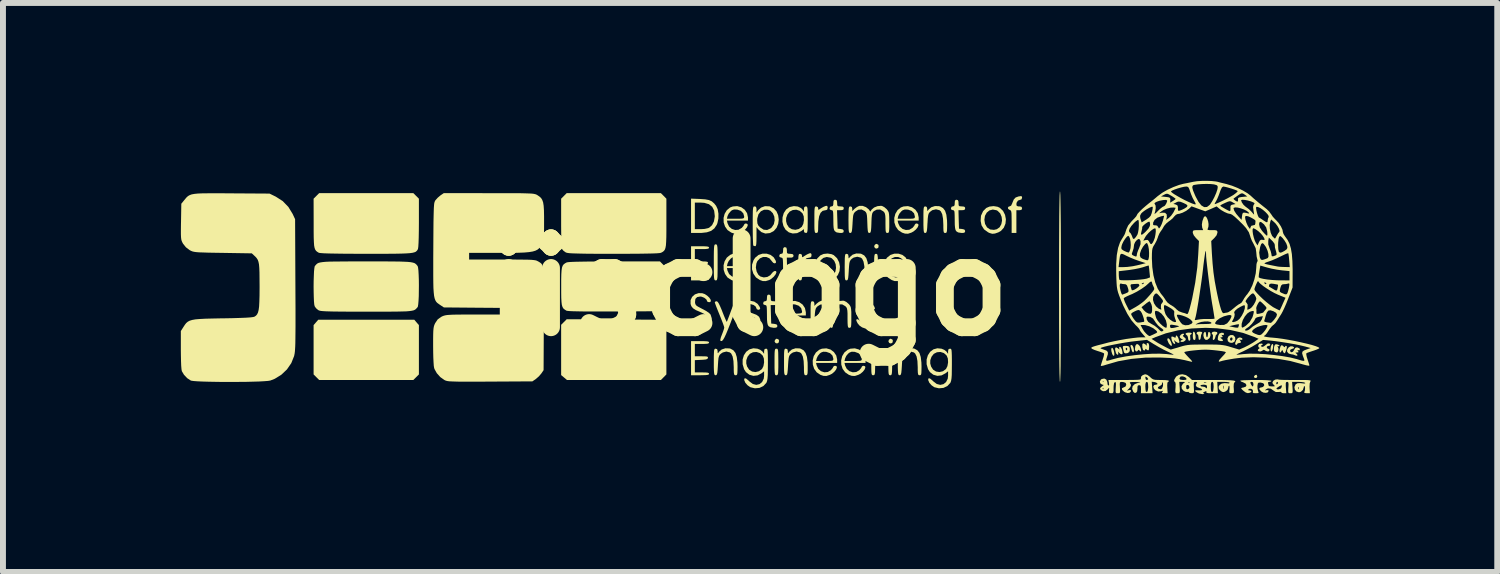
<source format=kicad_pcb>
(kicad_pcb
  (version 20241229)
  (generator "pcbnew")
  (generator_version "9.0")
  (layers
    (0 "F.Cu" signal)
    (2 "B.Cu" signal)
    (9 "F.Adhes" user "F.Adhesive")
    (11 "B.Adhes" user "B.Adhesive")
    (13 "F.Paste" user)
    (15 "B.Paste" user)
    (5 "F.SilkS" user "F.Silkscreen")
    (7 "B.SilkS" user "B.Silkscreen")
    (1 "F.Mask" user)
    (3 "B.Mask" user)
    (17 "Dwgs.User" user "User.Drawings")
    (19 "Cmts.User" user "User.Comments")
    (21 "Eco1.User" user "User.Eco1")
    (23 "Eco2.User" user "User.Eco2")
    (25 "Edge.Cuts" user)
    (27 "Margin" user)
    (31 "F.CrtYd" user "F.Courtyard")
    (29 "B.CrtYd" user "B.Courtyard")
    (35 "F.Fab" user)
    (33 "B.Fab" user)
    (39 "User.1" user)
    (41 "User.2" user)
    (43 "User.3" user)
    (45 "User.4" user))
  (footprint "iisclogo"
    (layer "F.Cu")
    (at 9.565 1.791)
    (property "Reference" "iisclogo" (at 0 0 180) (layer "F.SilkS") (effects (font (size 1.5 1.5) (thickness 0.3))))
    (attr board_only exclude_from_pos_files exclude_from_bom)
    (fp_poly (pts (xy 0.517 0.885) (xy 0.525 0.906) (xy 0.517 0.938) (xy 0.491 0.952) (xy 0.465 0.944) (xy 0.449 0.92) (xy 0.455 0.892) (xy 0.478 0.873) (xy 0.488 0.872)) (stroke (width 0) (type solid)) (fill yes) (layer "F.SilkS"))
    (fp_poly (pts (xy 2.196 -0.715) (xy 2.204 -0.694) (xy 2.197 -0.661) (xy 2.171 -0.648) (xy 2.144 -0.655) (xy 2.129 -0.679) (xy 2.135 -0.708) (xy 2.157 -0.726) (xy 2.168 -0.728)) (stroke (width 0) (type solid)) (fill yes) (layer "F.SilkS"))
    (fp_poly (pts (xy 2.436 0.885) (xy 2.444 0.906) (xy 2.437 0.938) (xy 2.411 0.952) (xy 2.384 0.944) (xy 2.369 0.92) (xy 2.375 0.892) (xy 2.397 0.873) (xy 2.407 0.872)) (stroke (width 0) (type solid)) (fill yes) (layer "F.SilkS"))
    (fp_poly (pts (xy 8.579 1.482) (xy 8.589 1.506) (xy 8.589 1.514) (xy 8.577 1.532) (xy 8.553 1.534) (xy 8.534 1.521) (xy 8.537 1.502) (xy 8.555 1.484) (xy 8.575 1.48)) (stroke (width 0) (type solid)) (fill yes) (layer "F.SilkS"))
    (fp_poly (pts (xy 6.156 1.038) (xy 6.17 1.071) (xy 6.178 1.111) (xy 6.179 1.145) (xy 6.174 1.158) (xy 6.158 1.157) (xy 6.143 1.129) (xy 6.129 1.081) (xy 6.127 1.043) (xy 6.138 1.024) (xy 6.141 1.024)) (stroke (width 0) (type solid)) (fill yes) (layer "F.SilkS"))
    (fp_poly (pts (xy 6.489 0.99) (xy 6.504 1.028) (xy 6.51 1.076) (xy 6.503 1.1) (xy 6.489 1.099) (xy 6.475 1.075) (xy 6.472 1.065) (xy 6.46 1.024) (xy 6.452 1.001) (xy 6.454 0.979) (xy 6.466 0.976)) (stroke (width 0) (type solid)) (fill yes) (layer "F.SilkS"))
    (fp_poly (pts (xy 7.534 0.766) (xy 7.546 0.806) (xy 7.55 0.849) (xy 7.544 0.886) (xy 7.528 0.895) (xy 7.512 0.885) (xy 7.505 0.863) (xy 7.502 0.827) (xy 7.504 0.788) (xy 7.509 0.759) (xy 7.516 0.752)) (stroke (width 0) (type solid)) (fill yes) (layer "F.SilkS"))
    (fp_poly (pts (xy 8.854 0.963) (xy 8.859 0.985) (xy 8.856 1.021) (xy 8.847 1.058) (xy 8.835 1.084) (xy 8.828 1.088) (xy 8.817 1.074) (xy 8.813 1.044) (xy 8.819 1.003) (xy 8.832 0.972) (xy 8.847 0.96)) (stroke (width 0) (type solid)) (fill yes) (layer "F.SilkS"))
    (fp_poly (pts (xy 7.107 0.877) (xy 7.127 0.909) (xy 7.143 0.948) (xy 7.15 0.981) (xy 7.15 0.981) (xy 7.142 0.993) (xy 7.124 0.984) (xy 7.102 0.957) (xy 7.094 0.944) (xy 7.074 0.897) (xy 7.073 0.871) (xy 7.091 0.864)) (stroke (width 0) (type solid)) (fill yes) (layer "F.SilkS"))
    (fp_poly (pts (xy -5.589 0.597) (xy -5.55 0.642) (xy -5.55 1.058) (xy -5.55 1.474) (xy -5.597 1.521) (xy -5.644 1.568) (xy -6.438 1.568) (xy -7.232 1.568) (xy -7.279 1.521) (xy -7.326 1.474) (xy -7.326 1.058) (xy -7.326 0.642) (xy -7.287 0.597) (xy -7.248 0.552) (xy -6.438 0.552) (xy -5.627 0.552)) (stroke (width 0) (type solid)) (fill yes) (layer "F.SilkS"))
    (fp_poly (pts (xy -2.255 0.547) (xy -1.453 0.552) (xy -1.414 0.597) (xy -1.376 0.642) (xy -1.376 1.058) (xy -1.376 1.474) (xy -1.422 1.521) (xy -1.469 1.568) (xy -2.261 1.568) (xy -3.053 1.568) (xy -3.102 1.526) (xy -3.151 1.485) (xy -3.151 1.061) (xy -3.151 0.637) (xy -3.104 0.59) (xy -3.057 0.543)) (stroke (width 0) (type solid)) (fill yes) (layer "F.SilkS"))
    (fp_poly (pts (xy 6.605 0.993) (xy 6.617 1.015) (xy 6.63 1.054) (xy 6.632 1.08) (xy 6.623 1.089) (xy 6.605 1.073) (xy 6.604 1.071) (xy 6.588 1.057) (xy 6.579 1.068) (xy 6.561 1.087) (xy 6.539 1.082) (xy 6.526 1.057) (xy 6.526 1.049) (xy 6.533 0.993) (xy 6.551 0.965) (xy 6.576 0.964)) (stroke (width 0) (type solid)) (fill yes) (layer "F.SilkS"))
    (fp_poly (pts (xy 7.652 0.757) (xy 7.661 0.773) (xy 7.65 0.79) (xy 7.642 0.813) (xy 7.638 0.843) (xy 7.631 0.877) (xy 7.618 0.892) (xy 7.602 0.883) (xy 7.598 0.849) (xy 7.593 0.815) (xy 7.582 0.8) (xy 7.582 0.8) (xy 7.567 0.787) (xy 7.566 0.776) (xy 7.58 0.757) (xy 7.614 0.752)) (stroke (width 0) (type solid)) (fill yes) (layer "F.SilkS"))
    (fp_poly (pts (xy 7.908 0.759) (xy 7.918 0.776) (xy 7.909 0.797) (xy 7.903 0.8) (xy 7.89 0.814) (xy 7.883 0.843) (xy 7.871 0.877) (xy 7.855 0.893) (xy 7.841 0.89) (xy 7.839 0.863) (xy 7.841 0.85) (xy 7.842 0.815) (xy 7.836 0.8) (xy 7.835 0.8) (xy 7.823 0.787) (xy 7.822 0.776) (xy 7.836 0.757) (xy 7.87 0.752)) (stroke (width 0) (type solid)) (fill yes) (layer "F.SilkS"))
    (fp_poly (pts (xy 7.468 0.771) (xy 7.485 0.781) (xy 7.486 0.784) (xy 7.473 0.799) (xy 7.468 0.8) (xy 7.457 0.814) (xy 7.459 0.847) (xy 7.461 0.885) (xy 7.451 0.906) (xy 7.434 0.902) (xy 7.432 0.901) (xy 7.424 0.878) (xy 7.422 0.855) (xy 7.412 0.823) (xy 7.397 0.81) (xy 7.38 0.794) (xy 7.382 0.784) (xy 7.402 0.772) (xy 7.435 0.768)) (stroke (width 0) (type solid)) (fill yes) (layer "F.SilkS"))
    (fp_poly (pts (xy 8.943 0.973) (xy 8.963 0.985) (xy 8.964 0.994) (xy 8.945 1) (xy 8.936 0.997) (xy 8.926 0.994) (xy 8.937 1.009) (xy 8.947 1.039) (xy 8.945 1.073) (xy 8.931 1.099) (xy 8.919 1.103) (xy 8.89 1.095) (xy 8.881 1.09) (xy 8.871 1.068) (xy 8.87 1.031) (xy 8.878 0.992) (xy 8.892 0.969) (xy 8.892 0.968) (xy 8.915 0.965)) (stroke (width 0) (type solid)) (fill yes) (layer "F.SilkS"))
    (fp_poly (pts (xy 7.798 0.777) (xy 7.802 0.813) (xy 7.79 0.851) (xy 7.78 0.865) (xy 7.744 0.892) (xy 7.713 0.888) (xy 7.693 0.863) (xy 7.681 0.822) (xy 7.684 0.782) (xy 7.702 0.757) (xy 7.706 0.756) (xy 7.721 0.764) (xy 7.726 0.798) (xy 7.73 0.833) (xy 7.741 0.848) (xy 7.742 0.848) (xy 7.753 0.834) (xy 7.758 0.8) (xy 7.758 0.798) (xy 7.763 0.763) (xy 7.778 0.756)) (stroke (width 0) (type solid)) (fill yes) (layer "F.SilkS"))
    (fp_poly (pts (xy 8.331 0.862) (xy 8.342 0.878) (xy 8.33 0.89) (xy 8.307 0.89) (xy 8.297 0.886) (xy 8.285 0.882) (xy 8.297 0.896) (xy 8.297 0.897) (xy 8.316 0.926) (xy 8.306 0.941) (xy 8.285 0.944) (xy 8.259 0.95) (xy 8.253 0.96) (xy 8.243 0.975) (xy 8.221 0.969) (xy 8.217 0.966) (xy 8.217 0.947) (xy 8.229 0.912) (xy 8.233 0.902) (xy 8.263 0.86) (xy 8.298 0.849)) (stroke (width 0) (type solid)) (fill yes) (layer "F.SilkS"))
    (fp_poly (pts (xy 9.024 0.991) (xy 9.03 0.999) (xy 9.047 1.015) (xy 9.053 1.011) (xy 9.066 0.993) (xy 9.075 0.992) (xy 9.087 0.998) (xy 9.088 1.02) (xy 9.08 1.056) (xy 9.063 1.103) (xy 9.047 1.118) (xy 9.03 1.101) (xy 9.023 1.085) (xy 9.013 1.062) (xy 9.004 1.069) (xy 9 1.077) (xy 8.984 1.103) (xy 8.969 1.101) (xy 8.963 1.077) (xy 8.966 1.052) (xy 8.982 1) (xy 9.001 0.98)) (stroke (width 0) (type solid)) (fill yes) (layer "F.SilkS"))
    (fp_poly (pts (xy 6.758 0.953) (xy 6.765 0.983) (xy 6.766 1.008) (xy 6.762 1.054) (xy 6.75 1.07) (xy 6.728 1.059) (xy 6.721 1.052) (xy 6.705 1.041) (xy 6.702 1.052) (xy 6.689 1.07) (xy 6.68 1.072) (xy 6.662 1.057) (xy 6.651 1.017) (xy 6.651 1.015) (xy 6.651 0.967) (xy 6.664 0.949) (xy 6.691 0.959) (xy 6.704 0.969) (xy 6.725 0.988) (xy 6.729 0.984) (xy 6.725 0.971) (xy 6.725 0.948) (xy 6.74 0.944)) (stroke (width 0) (type solid)) (fill yes) (layer "F.SilkS"))
    (fp_poly (pts (xy 7.353 0.791) (xy 7.353 0.806) (xy 7.343 0.812) (xy 7.334 0.823) (xy 7.35 0.842) (xy 7.359 0.848) (xy 7.383 0.871) (xy 7.383 0.89) (xy 7.375 0.902) (xy 7.349 0.921) (xy 7.319 0.927) (xy 7.297 0.921) (xy 7.294 0.912) (xy 7.307 0.898) (xy 7.322 0.895) (xy 7.337 0.891) (xy 7.323 0.881) (xy 7.313 0.876) (xy 7.287 0.854) (xy 7.281 0.835) (xy 7.296 0.808) (xy 7.323 0.789) (xy 7.348 0.787)) (stroke (width 0) (type solid)) (fill yes) (layer "F.SilkS"))
    (fp_poly (pts (xy 6.292 1.022) (xy 6.308 1.057) (xy 6.317 1.103) (xy 6.318 1.122) (xy 6.308 1.135) (xy 6.285 1.13) (xy 6.258 1.108) (xy 6.242 1.089) (xy 6.24 1.095) (xy 6.244 1.107) (xy 6.246 1.136) (xy 6.232 1.143) (xy 6.214 1.127) (xy 6.206 1.112) (xy 6.192 1.06) (xy 6.194 1.027) (xy 6.21 1.017) (xy 6.239 1.033) (xy 6.241 1.035) (xy 6.263 1.053) (xy 6.266 1.049) (xy 6.261 1.035) (xy 6.261 1.012) (xy 6.274 1.008)) (stroke (width 0) (type solid)) (fill yes) (layer "F.SilkS"))
    (fp_poly (pts (xy 8.189 0.816) (xy 8.215 0.845) (xy 8.22 0.886) (xy 8.204 0.923) (xy 8.202 0.925) (xy 8.166 0.942) (xy 8.126 0.938) (xy 8.095 0.915) (xy 8.094 0.913) (xy 8.089 0.887) (xy 8.13 0.887) (xy 8.143 0.904) (xy 8.159 0.903) (xy 8.172 0.881) (xy 8.173 0.871) (xy 8.164 0.85) (xy 8.143 0.853) (xy 8.133 0.864) (xy 8.13 0.887) (xy 8.089 0.887) (xy 8.086 0.871) (xy 8.102 0.834) (xy 8.134 0.811) (xy 8.174 0.81)) (stroke (width 0) (type solid)) (fill yes) (layer "F.SilkS"))
    (fp_poly (pts (xy 6.413 0.996) (xy 6.432 1.012) (xy 6.439 1.032) (xy 6.44 1.073) (xy 6.43 1.096) (xy 6.402 1.114) (xy 6.368 1.119) (xy 6.345 1.108) (xy 6.345 1.108) (xy 6.337 1.085) (xy 6.327 1.046) (xy 6.327 1.044) (xy 6.326 1.04) (xy 6.37 1.04) (xy 6.375 1.058) (xy 6.388 1.07) (xy 6.395 1.058) (xy 6.395 1.033) (xy 6.392 1.028) (xy 6.376 1.024) (xy 6.37 1.04) (xy 6.326 1.04) (xy 6.321 1.009) (xy 6.33 0.995) (xy 6.362 0.992) (xy 6.372 0.992)) (stroke (width 0) (type solid)) (fill yes) (layer "F.SilkS"))
    (fp_poly (pts (xy 7.234 0.821) (xy 7.252 0.847) (xy 7.26 0.866) (xy 7.272 0.905) (xy 7.278 0.929) (xy 7.278 0.93) (xy 7.267 0.943) (xy 7.241 0.937) (xy 7.209 0.916) (xy 7.187 0.897) (xy 7.185 0.903) (xy 7.196 0.924) (xy 7.207 0.951) (xy 7.198 0.959) (xy 7.192 0.96) (xy 7.172 0.946) (xy 7.153 0.912) (xy 7.149 0.903) (xy 7.139 0.855) (xy 7.146 0.834) (xy 7.172 0.838) (xy 7.182 0.844) (xy 7.206 0.856) (xy 7.214 0.845) (xy 7.214 0.84) (xy 7.22 0.817)) (stroke (width 0) (type solid)) (fill yes) (layer "F.SilkS"))
    (fp_poly (pts (xy 8.019 0.773) (xy 8.029 0.791) (xy 8.029 0.792) (xy 8.021 0.811) (xy 8.003 0.809) (xy 7.986 0.805) (xy 7.993 0.819) (xy 7.997 0.823) (xy 8.008 0.842) (xy 7.992 0.848) (xy 7.987 0.848) (xy 7.967 0.85) (xy 7.973 0.86) (xy 7.985 0.87) (xy 8.008 0.891) (xy 8.013 0.901) (xy 8.001 0.911) (xy 7.972 0.911) (xy 7.942 0.904) (xy 7.925 0.892) (xy 7.925 0.892) (xy 7.924 0.863) (xy 7.931 0.824) (xy 7.949 0.786) (xy 7.983 0.771) (xy 7.987 0.771)) (stroke (width 0) (type solid)) (fill yes) (layer "F.SilkS"))
    (fp_poly (pts (xy 0.493 1.041) (xy 0.501 1.05) (xy 0.507 1.069) (xy 0.51 1.106) (xy 0.511 1.163) (xy 0.512 1.247) (xy 0.512 1.264) (xy 0.512 1.352) (xy 0.51 1.414) (xy 0.508 1.453) (xy 0.502 1.475) (xy 0.494 1.485) (xy 0.482 1.488) (xy 0.48 1.488) (xy 0.467 1.486) (xy 0.458 1.478) (xy 0.453 1.458) (xy 0.45 1.422) (xy 0.448 1.364) (xy 0.448 1.28) (xy 0.448 1.264) (xy 0.448 1.175) (xy 0.449 1.113) (xy 0.452 1.074) (xy 0.457 1.052) (xy 0.465 1.042) (xy 0.477 1.04) (xy 0.48 1.04)) (stroke (width 0) (type solid)) (fill yes) (layer "F.SilkS"))
    (fp_poly (pts (xy 2.172 -0.558) (xy 2.181 -0.55) (xy 2.186 -0.53) (xy 2.19 -0.494) (xy 2.191 -0.436) (xy 2.191 -0.353) (xy 2.191 -0.336) (xy 2.191 -0.247) (xy 2.19 -0.186) (xy 2.187 -0.146) (xy 2.182 -0.124) (xy 2.174 -0.114) (xy 2.162 -0.112) (xy 2.159 -0.112) (xy 2.147 -0.114) (xy 2.138 -0.122) (xy 2.132 -0.142) (xy 2.129 -0.178) (xy 2.128 -0.235) (xy 2.127 -0.319) (xy 2.127 -0.336) (xy 2.128 -0.425) (xy 2.129 -0.486) (xy 2.132 -0.525) (xy 2.137 -0.548) (xy 2.145 -0.557) (xy 2.157 -0.56) (xy 2.159 -0.56)) (stroke (width 0) (type solid)) (fill yes) (layer "F.SilkS"))
    (fp_poly (pts (xy 2.412 1.041) (xy 2.421 1.05) (xy 2.426 1.069) (xy 2.429 1.106) (xy 2.431 1.163) (xy 2.431 1.247) (xy 2.431 1.264) (xy 2.431 1.352) (xy 2.43 1.414) (xy 2.427 1.453) (xy 2.422 1.475) (xy 2.414 1.485) (xy 2.402 1.488) (xy 2.399 1.488) (xy 2.387 1.486) (xy 2.378 1.478) (xy 2.372 1.458) (xy 2.369 1.422) (xy 2.368 1.364) (xy 2.367 1.28) (xy 2.367 1.264) (xy 2.367 1.175) (xy 2.369 1.113) (xy 2.371 1.074) (xy 2.377 1.052) (xy 2.385 1.042) (xy 2.397 1.04) (xy 2.399 1.04)) (stroke (width 0) (type solid)) (fill yes) (layer "F.SilkS"))
    (fp_poly (pts (xy -0.533 -0.718) (xy -0.525 -0.712) (xy -0.519 -0.695) (xy -0.515 -0.665) (xy -0.513 -0.617) (xy -0.512 -0.546) (xy -0.512 -0.448) (xy -0.512 -0.416) (xy -0.512 -0.31) (xy -0.513 -0.233) (xy -0.514 -0.178) (xy -0.518 -0.143) (xy -0.523 -0.123) (xy -0.53 -0.114) (xy -0.54 -0.112) (xy -0.544 -0.112) (xy -0.555 -0.113) (xy -0.563 -0.12) (xy -0.569 -0.136) (xy -0.573 -0.167) (xy -0.575 -0.215) (xy -0.576 -0.286) (xy -0.576 -0.383) (xy -0.576 -0.416) (xy -0.576 -0.521) (xy -0.575 -0.599) (xy -0.573 -0.653) (xy -0.57 -0.688) (xy -0.565 -0.708) (xy -0.558 -0.717) (xy -0.547 -0.72) (xy -0.544 -0.72)) (stroke (width 0) (type solid)) (fill yes) (layer "F.SilkS"))
    (fp_poly (pts (xy -0.809 -1.485) (xy -0.722 -1.479) (xy -0.658 -1.467) (xy -0.61 -1.445) (xy -0.569 -1.409) (xy -0.538 -1.37) (xy -0.511 -1.313) (xy -0.498 -1.237) (xy -0.499 -1.156) (xy -0.515 -1.079) (xy -0.527 -1.049) (xy -0.567 -0.989) (xy -0.62 -0.948) (xy -0.693 -0.923) (xy -0.789 -0.912) (xy -0.829 -0.912) (xy -0.96 -0.912) (xy -0.96 -1.2) (xy -0.896 -1.2) (xy -0.896 -0.976) (xy -0.799 -0.976) (xy -0.731 -0.98) (xy -0.673 -0.993) (xy -0.654 -1.001) (xy -0.606 -1.043) (xy -0.574 -1.107) (xy -0.56 -1.187) (xy -0.56 -1.2) (xy -0.57 -1.288) (xy -0.603 -1.353) (xy -0.658 -1.397) (xy -0.736 -1.42) (xy -0.799 -1.424) (xy -0.896 -1.424) (xy -0.896 -1.2) (xy -0.96 -1.2) (xy -0.96 -1.201) (xy -0.96 -1.491)) (stroke (width 0) (type solid)) (fill yes) (layer "F.SilkS"))
    (fp_poly (pts (xy 1.071 -0.552) (xy 1.072 -0.537) (xy 1.065 -0.506) (xy 1.041 -0.496) (xy 1.035 -0.496) (xy 0.987 -0.485) (xy 0.952 -0.452) (xy 0.928 -0.393) (xy 0.915 -0.308) (xy 0.912 -0.22) (xy 0.911 -0.162) (xy 0.907 -0.13) (xy 0.897 -0.115) (xy 0.88 -0.112) (xy 0.88 -0.112) (xy 0.867 -0.114) (xy 0.858 -0.122) (xy 0.853 -0.142) (xy 0.849 -0.178) (xy 0.848 -0.235) (xy 0.848 -0.319) (xy 0.848 -0.336) (xy 0.848 -0.425) (xy 0.849 -0.486) (xy 0.852 -0.525) (xy 0.857 -0.548) (xy 0.865 -0.557) (xy 0.877 -0.56) (xy 0.88 -0.56) (xy 0.906 -0.549) (xy 0.912 -0.527) (xy 0.913 -0.506) (xy 0.923 -0.504) (xy 0.949 -0.521) (xy 0.956 -0.526) (xy 0.998 -0.551) (xy 1.036 -0.568) (xy 1.062 -0.57)) (stroke (width 0) (type solid)) (fill yes) (layer "F.SilkS"))
    (fp_poly (pts (xy 1.343 -1.352) (xy 1.344 -1.337) (xy 1.337 -1.305) (xy 1.313 -1.296) (xy 1.307 -1.296) (xy 1.259 -1.285) (xy 1.224 -1.251) (xy 1.2 -1.193) (xy 1.187 -1.108) (xy 1.184 -1.02) (xy 1.183 -0.962) (xy 1.179 -0.93) (xy 1.169 -0.915) (xy 1.152 -0.912) (xy 1.152 -0.912) (xy 1.139 -0.913) (xy 1.13 -0.922) (xy 1.125 -0.941) (xy 1.121 -0.978) (xy 1.12 -1.035) (xy 1.12 -1.119) (xy 1.12 -1.136) (xy 1.12 -1.224) (xy 1.121 -1.286) (xy 1.124 -1.325) (xy 1.129 -1.347) (xy 1.137 -1.357) (xy 1.149 -1.36) (xy 1.152 -1.36) (xy 1.178 -1.348) (xy 1.184 -1.327) (xy 1.185 -1.306) (xy 1.195 -1.304) (xy 1.221 -1.321) (xy 1.228 -1.326) (xy 1.27 -1.351) (xy 1.308 -1.367) (xy 1.334 -1.37)) (stroke (width 0) (type solid)) (fill yes) (layer "F.SilkS"))
    (fp_poly (pts (xy 2.303 1.047) (xy 2.303 1.063) (xy 2.297 1.094) (xy 2.272 1.104) (xy 2.266 1.104) (xy 2.219 1.114) (xy 2.183 1.148) (xy 2.16 1.206) (xy 2.147 1.291) (xy 2.144 1.38) (xy 2.143 1.437) (xy 2.138 1.47) (xy 2.129 1.484) (xy 2.112 1.488) (xy 2.111 1.488) (xy 2.099 1.486) (xy 2.09 1.478) (xy 2.084 1.458) (xy 2.081 1.422) (xy 2.08 1.364) (xy 2.079 1.28) (xy 2.079 1.264) (xy 2.08 1.175) (xy 2.081 1.113) (xy 2.084 1.074) (xy 2.089 1.052) (xy 2.097 1.042) (xy 2.109 1.04) (xy 2.111 1.04) (xy 2.138 1.051) (xy 2.143 1.072) (xy 2.145 1.093) (xy 2.155 1.095) (xy 2.181 1.078) (xy 2.187 1.073) (xy 2.23 1.048) (xy 2.267 1.032) (xy 2.294 1.029)) (stroke (width 0) (type solid)) (fill yes) (layer "F.SilkS"))
    (fp_poly (pts (xy -0.735 -0.687) (xy -0.689 -0.684) (xy -0.665 -0.678) (xy -0.656 -0.667) (xy -0.656 -0.664) (xy -0.662 -0.651) (xy -0.685 -0.644) (xy -0.73 -0.64) (xy -0.776 -0.64) (xy -0.896 -0.64) (xy -0.896 -0.536) (xy -0.896 -0.432) (xy -0.783 -0.432) (xy -0.723 -0.431) (xy -0.69 -0.427) (xy -0.676 -0.419) (xy -0.675 -0.404) (xy -0.675 -0.404) (xy -0.684 -0.388) (xy -0.707 -0.379) (xy -0.752 -0.373) (xy -0.788 -0.371) (xy -0.896 -0.366) (xy -0.896 -0.263) (xy -0.896 -0.16) (xy -0.776 -0.16) (xy -0.712 -0.159) (xy -0.675 -0.154) (xy -0.659 -0.145) (xy -0.656 -0.136) (xy -0.661 -0.125) (xy -0.681 -0.117) (xy -0.721 -0.113) (xy -0.786 -0.112) (xy -0.808 -0.112) (xy -0.96 -0.112) (xy -0.96 -0.4) (xy -0.96 -0.688) (xy -0.808 -0.688)) (stroke (width 0) (type solid)) (fill yes) (layer "F.SilkS"))
    (fp_poly (pts (xy -0.735 0.913) (xy -0.689 0.916) (xy -0.665 0.922) (xy -0.656 0.932) (xy -0.656 0.936) (xy -0.662 0.948) (xy -0.685 0.956) (xy -0.73 0.959) (xy -0.776 0.96) (xy -0.896 0.96) (xy -0.896 1.064) (xy -0.896 1.168) (xy -0.783 1.168) (xy -0.723 1.169) (xy -0.69 1.172) (xy -0.676 1.181) (xy -0.675 1.195) (xy -0.675 1.196) (xy -0.684 1.211) (xy -0.707 1.221) (xy -0.752 1.226) (xy -0.788 1.228) (xy -0.896 1.233) (xy -0.896 1.336) (xy -0.896 1.44) (xy -0.776 1.44) (xy -0.712 1.441) (xy -0.675 1.445) (xy -0.659 1.454) (xy -0.656 1.464) (xy -0.661 1.475) (xy -0.681 1.482) (xy -0.721 1.486) (xy -0.786 1.487) (xy -0.808 1.488) (xy -0.96 1.488) (xy -0.96 1.2) (xy -0.96 0.912) (xy -0.808 0.912)) (stroke (width 0) (type solid)) (fill yes) (layer "F.SilkS"))
    (fp_poly (pts (xy 9.187 1.001) (xy 9.188 1.001) (xy 9.211 1.018) (xy 9.204 1.034) (xy 9.177 1.043) (xy 9.149 1.056) (xy 9.142 1.078) (xy 9.156 1.097) (xy 9.167 1.1) (xy 9.192 1.09) (xy 9.212 1.059) (xy 9.231 1.026) (xy 9.257 1.018) (xy 9.27 1.02) (xy 9.3 1.034) (xy 9.309 1.051) (xy 9.299 1.068) (xy 9.283 1.065) (xy 9.266 1.061) (xy 9.273 1.075) (xy 9.277 1.079) (xy 9.287 1.098) (xy 9.272 1.103) (xy 9.26 1.104) (xy 9.234 1.105) (xy 9.239 1.115) (xy 9.252 1.125) (xy 9.269 1.146) (xy 9.261 1.159) (xy 9.236 1.155) (xy 9.228 1.151) (xy 9.193 1.138) (xy 9.172 1.136) (xy 9.132 1.126) (xy 9.11 1.114) (xy 9.091 1.085) (xy 9.096 1.051) (xy 9.117 1.02) (xy 9.149 1)) (stroke (width 0) (type solid)) (fill yes) (layer "F.SilkS"))
    (fp_poly (pts (xy -1.43 -0.377) (xy -1.376 -0.323) (xy -1.376 -0.01) (xy -1.376 0.303) (xy -1.422 0.356) (xy -1.469 0.408) (xy -2.25 0.412) (xy -2.45 0.412) (xy -2.62 0.412) (xy -2.76 0.412) (xy -2.872 0.41) (xy -2.958 0.408) (xy -3.017 0.405) (xy -3.053 0.401) (xy -3.063 0.398) (xy -3.091 0.38) (xy -3.113 0.362) (xy -3.128 0.337) (xy -3.139 0.302) (xy -3.145 0.252) (xy -3.149 0.182) (xy -3.15 0.089) (xy -3.15 -0.008) (xy -3.15 -0.125) (xy -3.148 -0.214) (xy -3.144 -0.28) (xy -3.137 -0.327) (xy -3.125 -0.36) (xy -3.108 -0.383) (xy -3.085 -0.4) (xy -3.06 -0.414) (xy -3.038 -0.419) (xy -2.99 -0.423) (xy -2.916 -0.426) (xy -2.815 -0.428) (xy -2.685 -0.43) (xy -2.526 -0.431) (xy -2.336 -0.432) (xy -2.255 -0.432) (xy -1.484 -0.432)) (stroke (width 0) (type solid)) (fill yes) (layer "F.SilkS"))
    (fp_poly (pts (xy 4.621 -1.524) (xy 4.623 -1.506) (xy 4.612 -1.477) (xy 4.594 -1.472) (xy 4.553 -1.458) (xy 4.53 -1.421) (xy 4.527 -1.396) (xy 4.532 -1.37) (xy 4.556 -1.36) (xy 4.575 -1.36) (xy 4.61 -1.355) (xy 4.622 -1.336) (xy 4.623 -1.328) (xy 4.615 -1.304) (xy 4.587 -1.296) (xy 4.575 -1.296) (xy 4.527 -1.296) (xy 4.527 -1.104) (xy 4.527 -0.912) (xy 4.487 -0.912) (xy 4.447 -0.912) (xy 4.447 -1.102) (xy 4.446 -1.183) (xy 4.445 -1.237) (xy 4.441 -1.271) (xy 4.433 -1.289) (xy 4.422 -1.298) (xy 4.415 -1.3) (xy 4.389 -1.317) (xy 4.384 -1.34) (xy 4.398 -1.357) (xy 4.412 -1.36) (xy 4.438 -1.373) (xy 4.458 -1.415) (xy 4.46 -1.422) (xy 4.483 -1.477) (xy 4.514 -1.51) (xy 4.564 -1.528) (xy 4.572 -1.529) (xy 4.607 -1.534)) (stroke (width 0) (type solid)) (fill yes) (layer "F.SilkS"))
    (fp_poly (pts (xy 8.795 0.952) (xy 8.81 0.973) (xy 8.802 0.988) (xy 8.783 0.992) (xy 8.755 1.001) (xy 8.749 1.016) (xy 8.762 1.037) (xy 8.773 1.04) (xy 8.794 1.052) (xy 8.797 1.064) (xy 8.785 1.083) (xy 8.757 1.086) (xy 8.727 1.074) (xy 8.72 1.068) (xy 8.699 1.058) (xy 8.682 1.068) (xy 8.651 1.085) (xy 8.617 1.085) (xy 8.598 1.073) (xy 8.602 1.054) (xy 8.617 1.041) (xy 8.632 1.028) (xy 8.625 1.024) (xy 8.609 1.012) (xy 8.606 0.987) (xy 8.617 0.964) (xy 8.629 0.957) (xy 8.662 0.954) (xy 8.669 0.953) (xy 8.682 0.963) (xy 8.681 0.968) (xy 8.669 0.98) (xy 8.665 0.98) (xy 8.654 0.987) (xy 8.653 0.99) (xy 8.664 1.009) (xy 8.689 1.007) (xy 8.723 0.985) (xy 8.728 0.979) (xy 8.766 0.952)) (stroke (width 0) (type solid)) (fill yes) (layer "F.SilkS"))
    (fp_poly (pts (xy 1.411 -0.554) (xy 1.447 -0.538) (xy 1.503 -0.485) (xy 1.537 -0.418) (xy 1.551 -0.343) (xy 1.544 -0.269) (xy 1.516 -0.202) (xy 1.469 -0.148) (xy 1.424 -0.122) (xy 1.365 -0.102) (xy 1.321 -0.098) (xy 1.276 -0.111) (xy 1.249 -0.124) (xy 1.182 -0.174) (xy 1.14 -0.241) (xy 1.125 -0.315) (xy 1.126 -0.335) (xy 1.188 -0.335) (xy 1.199 -0.265) (xy 1.233 -0.206) (xy 1.285 -0.172) (xy 1.349 -0.164) (xy 1.398 -0.175) (xy 1.445 -0.208) (xy 1.474 -0.26) (xy 1.485 -0.321) (xy 1.479 -0.385) (xy 1.455 -0.442) (xy 1.413 -0.485) (xy 1.393 -0.495) (xy 1.329 -0.507) (xy 1.273 -0.492) (xy 1.228 -0.455) (xy 1.198 -0.401) (xy 1.188 -0.335) (xy 1.126 -0.335) (xy 1.131 -0.403) (xy 1.166 -0.479) (xy 1.219 -0.533) (xy 1.275 -0.558) (xy 1.344 -0.565)) (stroke (width 0) (type solid)) (fill yes) (layer "F.SilkS"))
    (fp_poly (pts (xy 4.21 -1.354) (xy 4.246 -1.337) (xy 4.302 -1.284) (xy 4.336 -1.217) (xy 4.35 -1.143) (xy 4.343 -1.069) (xy 4.315 -1.001) (xy 4.268 -0.948) (xy 4.223 -0.922) (xy 4.165 -0.902) (xy 4.12 -0.898) (xy 4.075 -0.911) (xy 4.048 -0.924) (xy 3.981 -0.973) (xy 3.939 -1.041) (xy 3.924 -1.114) (xy 3.925 -1.135) (xy 3.987 -1.135) (xy 3.998 -1.065) (xy 4.032 -1.006) (xy 4.084 -0.971) (xy 4.148 -0.964) (xy 4.197 -0.975) (xy 4.244 -1.008) (xy 4.273 -1.06) (xy 4.285 -1.121) (xy 4.278 -1.184) (xy 4.254 -1.242) (xy 4.212 -1.284) (xy 4.192 -1.295) (xy 4.129 -1.307) (xy 4.072 -1.292) (xy 4.027 -1.255) (xy 3.997 -1.201) (xy 3.987 -1.135) (xy 3.925 -1.135) (xy 3.93 -1.203) (xy 3.965 -1.279) (xy 4.018 -1.333) (xy 4.074 -1.357) (xy 4.143 -1.365)) (stroke (width 0) (type solid)) (fill yes) (layer "F.SilkS"))
    (fp_poly (pts (xy 0.315 -0.563) (xy 0.381 -0.542) (xy 0.435 -0.5) (xy 0.47 -0.44) (xy 0.471 -0.436) (xy 0.471 -0.408) (xy 0.453 -0.399) (xy 0.428 -0.407) (xy 0.403 -0.434) (xy 0.401 -0.438) (xy 0.361 -0.485) (xy 0.309 -0.507) (xy 0.253 -0.506) (xy 0.201 -0.483) (xy 0.159 -0.438) (xy 0.142 -0.398) (xy 0.133 -0.329) (xy 0.146 -0.261) (xy 0.176 -0.206) (xy 0.209 -0.178) (xy 0.266 -0.162) (xy 0.326 -0.17) (xy 0.376 -0.199) (xy 0.397 -0.225) (xy 0.423 -0.255) (xy 0.451 -0.271) (xy 0.473 -0.268) (xy 0.48 -0.25) (xy 0.467 -0.215) (xy 0.435 -0.174) (xy 0.392 -0.137) (xy 0.358 -0.118) (xy 0.299 -0.1) (xy 0.249 -0.101) (xy 0.199 -0.119) (xy 0.135 -0.162) (xy 0.091 -0.225) (xy 0.068 -0.299) (xy 0.069 -0.378) (xy 0.094 -0.453) (xy 0.122 -0.495) (xy 0.178 -0.541) (xy 0.245 -0.563)) (stroke (width 0) (type solid)) (fill yes) (layer "F.SilkS"))
    (fp_poly (pts (xy 2.539 -0.563) (xy 2.604 -0.542) (xy 2.658 -0.5) (xy 2.693 -0.44) (xy 2.694 -0.436) (xy 2.694 -0.408) (xy 2.677 -0.399) (xy 2.651 -0.407) (xy 2.627 -0.434) (xy 2.624 -0.438) (xy 2.584 -0.485) (xy 2.532 -0.507) (xy 2.477 -0.506) (xy 2.424 -0.483) (xy 2.383 -0.438) (xy 2.365 -0.398) (xy 2.356 -0.329) (xy 2.369 -0.261) (xy 2.4 -0.206) (xy 2.432 -0.178) (xy 2.489 -0.162) (xy 2.549 -0.17) (xy 2.599 -0.199) (xy 2.62 -0.225) (xy 2.646 -0.255) (xy 2.674 -0.271) (xy 2.696 -0.268) (xy 2.703 -0.25) (xy 2.69 -0.215) (xy 2.658 -0.174) (xy 2.615 -0.137) (xy 2.581 -0.118) (xy 2.523 -0.1) (xy 2.472 -0.101) (xy 2.422 -0.119) (xy 2.358 -0.162) (xy 2.314 -0.225) (xy 2.292 -0.299) (xy 2.292 -0.378) (xy 2.317 -0.453) (xy 2.345 -0.495) (xy 2.402 -0.541) (xy 2.469 -0.563)) (stroke (width 0) (type solid)) (fill yes) (layer "F.SilkS"))
    (fp_poly (pts (xy -1.422 -1.537) (xy -1.376 -1.49) (xy -1.376 -1.077) (xy -1.376 -0.945) (xy -1.377 -0.841) (xy -1.38 -0.761) (xy -1.384 -0.702) (xy -1.392 -0.659) (xy -1.403 -0.629) (xy -1.418 -0.609) (xy -1.438 -0.593) (xy -1.464 -0.579) (xy -1.466 -0.578) (xy -1.489 -0.573) (xy -1.536 -0.569) (xy -1.609 -0.566) (xy -1.71 -0.564) (xy -1.839 -0.562) (xy -1.997 -0.561) (xy -2.186 -0.56) (xy -2.266 -0.56) (xy -2.447 -0.561) (xy -2.599 -0.561) (xy -2.723 -0.562) (xy -2.824 -0.564) (xy -2.904 -0.566) (xy -2.965 -0.568) (xy -3.01 -0.571) (xy -3.042 -0.575) (xy -3.063 -0.58) (xy -3.075 -0.585) (xy -3.112 -0.612) (xy -3.135 -0.639) (xy -3.14 -0.665) (xy -3.144 -0.72) (xy -3.147 -0.801) (xy -3.15 -0.905) (xy -3.151 -1.029) (xy -3.151 -1.08) (xy -3.151 -1.49) (xy -3.104 -1.537) (xy -3.057 -1.584) (xy -2.263 -1.584) (xy -1.469 -1.584)) (stroke (width 0) (type solid)) (fill yes) (layer "F.SilkS"))
    (fp_poly (pts (xy 5.265 -1.6) (xy 5.268 -1.552) (xy 5.27 -1.472) (xy 5.272 -1.362) (xy 5.274 -1.219) (xy 5.276 -1.046) (xy 5.277 -0.842) (xy 5.278 -0.608) (xy 5.278 -0.342) (xy 5.278 -0.047) (xy 5.278 -0.008) (xy 5.278 0.291) (xy 5.278 0.56) (xy 5.277 0.799) (xy 5.276 1.007) (xy 5.274 1.184) (xy 5.273 1.33) (xy 5.271 1.444) (xy 5.268 1.528) (xy 5.266 1.579) (xy 5.263 1.599) (xy 5.262 1.599) (xy 5.259 1.584) (xy 5.257 1.536) (xy 5.254 1.456) (xy 5.252 1.346) (xy 5.25 1.203) (xy 5.249 1.03) (xy 5.248 0.826) (xy 5.247 0.592) (xy 5.247 0.326) (xy 5.246 0.031) (xy 5.246 -0.008) (xy 5.247 -0.307) (xy 5.247 -0.576) (xy 5.248 -0.815) (xy 5.249 -1.023) (xy 5.25 -1.2) (xy 5.252 -1.346) (xy 5.254 -1.46) (xy 5.256 -1.544) (xy 5.259 -1.595) (xy 5.262 -1.615) (xy 5.262 -1.615)) (stroke (width 0) (type solid)) (fill yes) (layer "F.SilkS"))
    (fp_poly (pts (xy -5.597 -1.537) (xy -5.55 -1.49) (xy -5.55 -1.08) (xy -5.551 -0.948) (xy -5.553 -0.836) (xy -5.556 -0.746) (xy -5.56 -0.681) (xy -5.565 -0.645) (xy -5.567 -0.639) (xy -5.577 -0.621) (xy -5.589 -0.607) (xy -5.605 -0.594) (xy -5.628 -0.585) (xy -5.661 -0.577) (xy -5.707 -0.571) (xy -5.767 -0.567) (xy -5.846 -0.564) (xy -5.945 -0.562) (xy -6.067 -0.561) (xy -6.215 -0.56) (xy -6.392 -0.56) (xy -6.441 -0.56) (xy -6.644 -0.561) (xy -6.816 -0.562) (xy -6.958 -0.564) (xy -7.07 -0.566) (xy -7.153 -0.569) (xy -7.208 -0.573) (xy -7.236 -0.577) (xy -7.238 -0.578) (xy -7.263 -0.593) (xy -7.283 -0.609) (xy -7.298 -0.63) (xy -7.309 -0.659) (xy -7.317 -0.7) (xy -7.321 -0.758) (xy -7.324 -0.837) (xy -7.325 -0.939) (xy -7.325 -1.069) (xy -7.325 -1.077) (xy -7.326 -1.49) (xy -7.279 -1.537) (xy -7.232 -1.584) (xy -6.438 -1.584) (xy -5.644 -1.584)) (stroke (width 0) (type solid)) (fill yes) (layer "F.SilkS"))
    (fp_poly (pts (xy 0.374 0.134) (xy 0.383 0.159) (xy 0.384 0.184) (xy 0.386 0.221) (xy 0.4 0.237) (xy 0.436 0.24) (xy 0.44 0.24) (xy 0.478 0.244) (xy 0.494 0.257) (xy 0.496 0.272) (xy 0.49 0.294) (xy 0.465 0.303) (xy 0.439 0.304) (xy 0.383 0.304) (xy 0.387 0.46) (xy 0.392 0.616) (xy 0.444 0.621) (xy 0.482 0.63) (xy 0.495 0.65) (xy 0.496 0.657) (xy 0.49 0.677) (xy 0.466 0.686) (xy 0.434 0.688) (xy 0.377 0.678) (xy 0.346 0.659) (xy 0.334 0.637) (xy 0.326 0.604) (xy 0.321 0.552) (xy 0.32 0.475) (xy 0.32 0.467) (xy 0.319 0.393) (xy 0.317 0.346) (xy 0.313 0.319) (xy 0.304 0.307) (xy 0.29 0.304) (xy 0.288 0.304) (xy 0.261 0.293) (xy 0.256 0.272) (xy 0.267 0.245) (xy 0.288 0.24) (xy 0.31 0.234) (xy 0.319 0.209) (xy 0.32 0.184) (xy 0.323 0.145) (xy 0.337 0.13) (xy 0.352 0.128)) (stroke (width 0) (type solid)) (fill yes) (layer "F.SilkS"))
    (fp_poly (pts (xy 0.646 -0.666) (xy 0.655 -0.641) (xy 0.656 -0.616) (xy 0.658 -0.578) (xy 0.672 -0.563) (xy 0.708 -0.56) (xy 0.712 -0.56) (xy 0.75 -0.556) (xy 0.766 -0.542) (xy 0.768 -0.528) (xy 0.762 -0.506) (xy 0.737 -0.497) (xy 0.711 -0.496) (xy 0.655 -0.496) (xy 0.659 -0.34) (xy 0.664 -0.184) (xy 0.716 -0.179) (xy 0.754 -0.17) (xy 0.767 -0.15) (xy 0.768 -0.143) (xy 0.762 -0.122) (xy 0.738 -0.113) (xy 0.706 -0.112) (xy 0.649 -0.122) (xy 0.618 -0.141) (xy 0.606 -0.162) (xy 0.597 -0.196) (xy 0.593 -0.248) (xy 0.592 -0.325) (xy 0.592 -0.333) (xy 0.591 -0.407) (xy 0.589 -0.454) (xy 0.585 -0.481) (xy 0.576 -0.493) (xy 0.562 -0.496) (xy 0.56 -0.496) (xy 0.533 -0.507) (xy 0.528 -0.528) (xy 0.539 -0.555) (xy 0.56 -0.56) (xy 0.582 -0.566) (xy 0.591 -0.591) (xy 0.592 -0.616) (xy 0.595 -0.654) (xy 0.609 -0.67) (xy 0.624 -0.672)) (stroke (width 0) (type solid)) (fill yes) (layer "F.SilkS"))
    (fp_poly (pts (xy 1.494 -1.465) (xy 1.502 -1.441) (xy 1.504 -1.416) (xy 1.506 -1.378) (xy 1.52 -1.363) (xy 1.555 -1.36) (xy 1.56 -1.36) (xy 1.598 -1.356) (xy 1.614 -1.342) (xy 1.615 -1.328) (xy 1.609 -1.306) (xy 1.585 -1.297) (xy 1.559 -1.296) (xy 1.502 -1.296) (xy 1.507 -1.14) (xy 1.512 -0.984) (xy 1.564 -0.979) (xy 1.601 -0.97) (xy 1.615 -0.95) (xy 1.615 -0.943) (xy 1.609 -0.922) (xy 1.586 -0.913) (xy 1.554 -0.912) (xy 1.496 -0.921) (xy 1.466 -0.941) (xy 1.453 -0.962) (xy 1.445 -0.995) (xy 1.441 -1.047) (xy 1.44 -1.124) (xy 1.44 -1.133) (xy 1.439 -1.206) (xy 1.437 -1.254) (xy 1.432 -1.281) (xy 1.424 -1.293) (xy 1.41 -1.296) (xy 1.408 -1.296) (xy 1.381 -1.307) (xy 1.376 -1.328) (xy 1.387 -1.354) (xy 1.408 -1.36) (xy 1.43 -1.366) (xy 1.439 -1.39) (xy 1.44 -1.416) (xy 1.443 -1.454) (xy 1.457 -1.47) (xy 1.472 -1.472)) (stroke (width 0) (type solid)) (fill yes) (layer "F.SilkS"))
    (fp_poly (pts (xy 3.541 -1.465) (xy 3.55 -1.441) (xy 3.551 -1.416) (xy 3.553 -1.378) (xy 3.567 -1.363) (xy 3.603 -1.36) (xy 3.607 -1.36) (xy 3.645 -1.356) (xy 3.661 -1.342) (xy 3.663 -1.328) (xy 3.657 -1.306) (xy 3.632 -1.297) (xy 3.606 -1.296) (xy 3.55 -1.296) (xy 3.554 -1.14) (xy 3.559 -0.984) (xy 3.611 -0.979) (xy 3.649 -0.97) (xy 3.662 -0.95) (xy 3.663 -0.943) (xy 3.657 -0.922) (xy 3.633 -0.913) (xy 3.601 -0.912) (xy 3.544 -0.921) (xy 3.513 -0.941) (xy 3.501 -0.962) (xy 3.493 -0.995) (xy 3.488 -1.047) (xy 3.487 -1.124) (xy 3.487 -1.133) (xy 3.486 -1.206) (xy 3.484 -1.254) (xy 3.48 -1.281) (xy 3.471 -1.293) (xy 3.457 -1.296) (xy 3.455 -1.296) (xy 3.428 -1.307) (xy 3.423 -1.328) (xy 3.434 -1.354) (xy 3.455 -1.36) (xy 3.477 -1.366) (xy 3.486 -1.39) (xy 3.487 -1.416) (xy 3.49 -1.454) (xy 3.504 -1.47) (xy 3.519 -1.472)) (stroke (width 0) (type solid)) (fill yes) (layer "F.SilkS"))
    (fp_poly (pts (xy -0.166 0.244) (xy -0.166 0.257) (xy -0.173 0.282) (xy -0.187 0.322) (xy -0.209 0.382) (xy -0.24 0.463) (xy -0.281 0.57) (xy -0.292 0.6) (xy -0.336 0.712) (xy -0.371 0.796) (xy -0.399 0.855) (xy -0.421 0.892) (xy -0.44 0.91) (xy -0.456 0.911) (xy -0.467 0.903) (xy -0.466 0.885) (xy -0.456 0.845) (xy -0.438 0.799) (xy -0.418 0.746) (xy -0.404 0.703) (xy -0.4 0.682) (xy -0.406 0.66) (xy -0.422 0.614) (xy -0.446 0.552) (xy -0.475 0.479) (xy -0.48 0.467) (xy -0.51 0.393) (xy -0.535 0.33) (xy -0.552 0.283) (xy -0.56 0.258) (xy -0.56 0.257) (xy -0.547 0.243) (xy -0.53 0.24) (xy -0.514 0.247) (xy -0.496 0.271) (xy -0.473 0.317) (xy -0.443 0.387) (xy -0.432 0.416) (xy -0.405 0.484) (xy -0.382 0.539) (xy -0.365 0.575) (xy -0.358 0.587) (xy -0.357 0.587) (xy -0.35 0.571) (xy -0.334 0.53) (xy -0.312 0.473) (xy -0.291 0.415) (xy -0.262 0.339) (xy -0.24 0.29) (xy -0.221 0.26) (xy -0.204 0.246) (xy -0.193 0.243) (xy -0.18 0.24) (xy -0.171 0.24)) (stroke (width 0) (type solid)) (fill yes) (layer "F.SilkS"))
    (fp_poly (pts (xy -0.313 1.035) (xy -0.294 1.04) (xy -0.246 1.067) (xy -0.211 1.112) (xy -0.189 1.18) (xy -0.178 1.273) (xy -0.176 1.34) (xy -0.177 1.409) (xy -0.179 1.453) (xy -0.184 1.476) (xy -0.194 1.486) (xy -0.208 1.488) (xy -0.224 1.485) (xy -0.233 1.473) (xy -0.238 1.445) (xy -0.24 1.396) (xy -0.24 1.354) (xy -0.245 1.248) (xy -0.259 1.171) (xy -0.283 1.122) (xy -0.305 1.103) (xy -0.364 1.088) (xy -0.424 1.103) (xy -0.456 1.124) (xy -0.476 1.143) (xy -0.488 1.165) (xy -0.497 1.196) (xy -0.502 1.245) (xy -0.507 1.318) (xy -0.507 1.324) (xy -0.512 1.398) (xy -0.517 1.446) (xy -0.524 1.473) (xy -0.534 1.485) (xy -0.546 1.488) (xy -0.558 1.485) (xy -0.566 1.475) (xy -0.571 1.453) (xy -0.574 1.413) (xy -0.576 1.351) (xy -0.576 1.264) (xy -0.576 1.175) (xy -0.574 1.113) (xy -0.572 1.074) (xy -0.566 1.052) (xy -0.558 1.042) (xy -0.546 1.04) (xy -0.544 1.04) (xy -0.52 1.048) (xy -0.512 1.079) (xy -0.512 1.083) (xy -0.511 1.113) (xy -0.503 1.114) (xy -0.488 1.092) (xy -0.443 1.053) (xy -0.381 1.033)) (stroke (width 0) (type solid)) (fill yes) (layer "F.SilkS"))
    (fp_poly (pts (xy 0.87 1.035) (xy 0.889 1.04) (xy 0.938 1.067) (xy 0.972 1.112) (xy 0.995 1.18) (xy 1.006 1.273) (xy 1.007 1.34) (xy 1.007 1.409) (xy 1.005 1.453) (xy 0.999 1.476) (xy 0.989 1.486) (xy 0.976 1.488) (xy 0.96 1.485) (xy 0.951 1.473) (xy 0.946 1.445) (xy 0.944 1.396) (xy 0.944 1.354) (xy 0.939 1.248) (xy 0.925 1.171) (xy 0.901 1.122) (xy 0.879 1.103) (xy 0.82 1.088) (xy 0.759 1.103) (xy 0.727 1.124) (xy 0.708 1.143) (xy 0.695 1.165) (xy 0.687 1.196) (xy 0.681 1.245) (xy 0.676 1.318) (xy 0.676 1.324) (xy 0.671 1.398) (xy 0.666 1.446) (xy 0.66 1.473) (xy 0.65 1.485) (xy 0.637 1.488) (xy 0.626 1.485) (xy 0.618 1.475) (xy 0.612 1.453) (xy 0.609 1.413) (xy 0.608 1.351) (xy 0.608 1.264) (xy 0.608 1.175) (xy 0.609 1.113) (xy 0.612 1.074) (xy 0.617 1.052) (xy 0.625 1.042) (xy 0.637 1.04) (xy 0.64 1.04) (xy 0.664 1.048) (xy 0.672 1.079) (xy 0.672 1.083) (xy 0.673 1.113) (xy 0.68 1.114) (xy 0.696 1.092) (xy 0.741 1.053) (xy 0.803 1.033)) (stroke (width 0) (type solid)) (fill yes) (layer "F.SilkS"))
    (fp_poly (pts (xy 1.894 -0.564) (xy 1.913 -0.559) (xy 1.961 -0.533) (xy 1.996 -0.487) (xy 2.018 -0.419) (xy 2.029 -0.326) (xy 2.031 -0.26) (xy 2.031 -0.19) (xy 2.028 -0.147) (xy 2.023 -0.123) (xy 2.013 -0.114) (xy 1.999 -0.112) (xy 1.984 -0.115) (xy 1.974 -0.126) (xy 1.969 -0.154) (xy 1.968 -0.204) (xy 1.967 -0.246) (xy 1.963 -0.351) (xy 1.949 -0.428) (xy 1.925 -0.478) (xy 1.903 -0.496) (xy 1.843 -0.511) (xy 1.783 -0.497) (xy 1.751 -0.476) (xy 1.732 -0.457) (xy 1.719 -0.435) (xy 1.71 -0.403) (xy 1.705 -0.355) (xy 1.7 -0.282) (xy 1.7 -0.276) (xy 1.695 -0.201) (xy 1.69 -0.153) (xy 1.683 -0.126) (xy 1.673 -0.114) (xy 1.661 -0.112) (xy 1.649 -0.114) (xy 1.641 -0.124) (xy 1.636 -0.146) (xy 1.633 -0.186) (xy 1.632 -0.248) (xy 1.631 -0.336) (xy 1.632 -0.425) (xy 1.633 -0.486) (xy 1.636 -0.525) (xy 1.641 -0.548) (xy 1.649 -0.557) (xy 1.661 -0.56) (xy 1.663 -0.56) (xy 1.688 -0.551) (xy 1.695 -0.521) (xy 1.695 -0.516) (xy 1.697 -0.486) (xy 1.704 -0.486) (xy 1.72 -0.507) (xy 1.765 -0.546) (xy 1.827 -0.566)) (stroke (width 0) (type solid)) (fill yes) (layer "F.SilkS"))
    (fp_poly (pts (xy 2.79 1.035) (xy 2.809 1.04) (xy 2.857 1.067) (xy 2.892 1.112) (xy 2.914 1.18) (xy 2.925 1.273) (xy 2.927 1.34) (xy 2.926 1.409) (xy 2.924 1.453) (xy 2.919 1.476) (xy 2.909 1.486) (xy 2.895 1.488) (xy 2.879 1.485) (xy 2.87 1.473) (xy 2.865 1.445) (xy 2.863 1.396) (xy 2.863 1.354) (xy 2.858 1.248) (xy 2.844 1.171) (xy 2.82 1.122) (xy 2.798 1.103) (xy 2.739 1.088) (xy 2.679 1.103) (xy 2.647 1.124) (xy 2.627 1.143) (xy 2.615 1.165) (xy 2.606 1.196) (xy 2.601 1.245) (xy 2.596 1.318) (xy 2.596 1.324) (xy 2.591 1.398) (xy 2.586 1.446) (xy 2.579 1.473) (xy 2.569 1.485) (xy 2.557 1.488) (xy 2.545 1.485) (xy 2.537 1.475) (xy 2.532 1.453) (xy 2.529 1.413) (xy 2.527 1.351) (xy 2.527 1.264) (xy 2.527 1.175) (xy 2.529 1.113) (xy 2.531 1.074) (xy 2.537 1.052) (xy 2.545 1.042) (xy 2.557 1.04) (xy 2.559 1.04) (xy 2.583 1.048) (xy 2.591 1.079) (xy 2.591 1.083) (xy 2.592 1.113) (xy 2.6 1.114) (xy 2.615 1.092) (xy 2.66 1.053) (xy 2.722 1.033)) (stroke (width 0) (type solid)) (fill yes) (layer "F.SilkS"))
    (fp_poly (pts (xy 3.221 -1.364) (xy 3.241 -1.359) (xy 3.289 -1.332) (xy 3.324 -1.287) (xy 3.346 -1.219) (xy 3.357 -1.126) (xy 3.359 -1.06) (xy 3.358 -0.99) (xy 3.356 -0.947) (xy 3.35 -0.923) (xy 3.34 -0.913) (xy 3.327 -0.912) (xy 3.311 -0.914) (xy 3.302 -0.926) (xy 3.297 -0.954) (xy 3.295 -1.003) (xy 3.295 -1.045) (xy 3.29 -1.151) (xy 3.276 -1.228) (xy 3.252 -1.277) (xy 3.23 -1.296) (xy 3.171 -1.311) (xy 3.11 -1.297) (xy 3.079 -1.275) (xy 3.059 -1.256) (xy 3.046 -1.235) (xy 3.038 -1.203) (xy 3.032 -1.154) (xy 3.028 -1.081) (xy 3.027 -1.075) (xy 3.023 -1.001) (xy 3.018 -0.953) (xy 3.011 -0.926) (xy 3.001 -0.914) (xy 2.989 -0.912) (xy 2.977 -0.914) (xy 2.969 -0.924) (xy 2.964 -0.946) (xy 2.961 -0.986) (xy 2.959 -1.048) (xy 2.959 -1.136) (xy 2.959 -1.224) (xy 2.96 -1.286) (xy 2.963 -1.325) (xy 2.968 -1.347) (xy 2.977 -1.357) (xy 2.989 -1.36) (xy 2.991 -1.36) (xy 3.015 -1.351) (xy 3.023 -1.321) (xy 3.023 -1.316) (xy 3.024 -1.286) (xy 3.031 -1.286) (xy 3.047 -1.307) (xy 3.092 -1.346) (xy 3.154 -1.366)) (stroke (width 0) (type solid)) (fill yes) (layer "F.SilkS"))
    (fp_poly (pts (xy -0.772 0.104) (xy -0.728 0.119) (xy -0.687 0.146) (xy -0.653 0.178) (xy -0.631 0.21) (xy -0.625 0.237) (xy -0.638 0.253) (xy -0.656 0.256) (xy -0.682 0.249) (xy -0.688 0.24) (xy -0.702 0.209) (xy -0.737 0.181) (xy -0.782 0.163) (xy -0.806 0.16) (xy -0.858 0.17) (xy -0.887 0.2) (xy -0.893 0.253) (xy -0.893 0.259) (xy -0.888 0.286) (xy -0.875 0.308) (xy -0.848 0.328) (xy -0.801 0.353) (xy -0.77 0.369) (xy -0.705 0.404) (xy -0.656 0.438) (xy -0.631 0.464) (xy -0.611 0.527) (xy -0.619 0.586) (xy -0.648 0.637) (xy -0.695 0.676) (xy -0.753 0.697) (xy -0.818 0.695) (xy -0.856 0.682) (xy -0.915 0.644) (xy -0.953 0.596) (xy -0.962 0.568) (xy -0.959 0.539) (xy -0.94 0.531) (xy -0.914 0.543) (xy -0.889 0.574) (xy -0.888 0.575) (xy -0.853 0.617) (xy -0.805 0.638) (xy -0.755 0.638) (xy -0.712 0.616) (xy -0.691 0.588) (xy -0.679 0.536) (xy -0.696 0.491) (xy -0.743 0.451) (xy -0.806 0.421) (xy -0.879 0.389) (xy -0.927 0.358) (xy -0.955 0.323) (xy -0.968 0.285) (xy -0.968 0.221) (xy -0.942 0.166) (xy -0.895 0.124) (xy -0.834 0.103)) (stroke (width 0) (type solid)) (fill yes) (layer "F.SilkS"))
    (fp_poly (pts (xy 0.841 -1.358) (xy 0.896 -1.331) (xy 0.919 -1.308) (xy 0.944 -1.272) (xy 0.944 -1.316) (xy 0.95 -1.349) (xy 0.972 -1.359) (xy 0.976 -1.36) (xy 0.988 -1.358) (xy 0.997 -1.35) (xy 1.003 -1.33) (xy 1.006 -1.294) (xy 1.007 -1.236) (xy 1.008 -1.152) (xy 1.008 -1.136) (xy 1.007 -1.047) (xy 1.006 -0.985) (xy 1.003 -0.946) (xy 0.998 -0.924) (xy 0.99 -0.914) (xy 0.978 -0.912) (xy 0.976 -0.912) (xy 0.949 -0.923) (xy 0.944 -0.944) (xy 0.944 -0.977) (xy 0.899 -0.944) (xy 0.829 -0.909) (xy 0.754 -0.903) (xy 0.69 -0.922) (xy 0.634 -0.967) (xy 0.598 -1.029) (xy 0.581 -1.101) (xy 0.581 -1.11) (xy 0.643 -1.11) (xy 0.657 -1.058) (xy 0.69 -1.006) (xy 0.74 -0.975) (xy 0.799 -0.965) (xy 0.858 -0.979) (xy 0.908 -1.016) (xy 0.933 -1.065) (xy 0.944 -1.129) (xy 0.94 -1.193) (xy 0.92 -1.242) (xy 0.873 -1.285) (xy 0.816 -1.304) (xy 0.756 -1.299) (xy 0.703 -1.272) (xy 0.665 -1.224) (xy 0.644 -1.165) (xy 0.643 -1.11) (xy 0.581 -1.11) (xy 0.583 -1.176) (xy 0.604 -1.248) (xy 0.643 -1.307) (xy 0.7 -1.348) (xy 0.706 -1.35) (xy 0.774 -1.365)) (stroke (width 0) (type solid)) (fill yes) (layer "F.SilkS"))
    (fp_poly (pts (xy -0.112 -1.345) (xy -0.054 -1.303) (xy -0.015 -1.245) (xy -0.000001 -1.174) (xy 0 -1.173) (xy 0 -1.12) (xy -0.178 -1.12) (xy -0.355 -1.12) (xy -0.345 -1.076) (xy -0.318 -1.019) (xy -0.272 -0.98) (xy -0.216 -0.962) (xy -0.158 -0.966) (xy -0.106 -0.997) (xy -0.103 -0.999) (xy -0.077 -1.03) (xy -0.064 -1.053) (xy -0.064 -1.055) (xy -0.051 -1.069) (xy -0.032 -1.072) (xy -0.008 -1.062) (xy -0.004 -1.038) (xy -0.018 -1.006) (xy -0.047 -0.97) (xy -0.086 -0.938) (xy -0.122 -0.918) (xy -0.181 -0.899) (xy -0.231 -0.901) (xy -0.281 -0.918) (xy -0.345 -0.961) (xy -0.387 -1.021) (xy -0.41 -1.09) (xy -0.411 -1.152) (xy -0.355 -1.152) (xy -0.21 -1.152) (xy -0.141 -1.152) (xy -0.098 -1.154) (xy -0.075 -1.16) (xy -0.066 -1.17) (xy -0.064 -1.187) (xy -0.064 -1.19) (xy -0.079 -1.243) (xy -0.119 -1.284) (xy -0.18 -1.306) (xy -0.185 -1.306) (xy -0.235 -1.308) (xy -0.271 -1.295) (xy -0.292 -1.277) (xy -0.325 -1.238) (xy -0.345 -1.197) (xy -0.345 -1.196) (xy -0.355 -1.152) (xy -0.411 -1.152) (xy -0.412 -1.164) (xy -0.394 -1.234) (xy -0.357 -1.296) (xy -0.301 -1.342) (xy -0.256 -1.359) (xy -0.181 -1.365)) (stroke (width 0) (type solid)) (fill yes) (layer "F.SilkS"))
    (fp_poly (pts (xy -0.112 -0.545) (xy -0.054 -0.504) (xy -0.015 -0.445) (xy -0.000001 -0.374) (xy 0 -0.374) (xy 0 -0.32) (xy -0.178 -0.32) (xy -0.355 -0.32) (xy -0.345 -0.276) (xy -0.318 -0.219) (xy -0.272 -0.18) (xy -0.216 -0.162) (xy -0.158 -0.166) (xy -0.106 -0.197) (xy -0.103 -0.199) (xy -0.077 -0.23) (xy -0.064 -0.254) (xy -0.064 -0.255) (xy -0.051 -0.269) (xy -0.032 -0.272) (xy -0.008 -0.263) (xy -0.004 -0.239) (xy -0.018 -0.206) (xy -0.047 -0.17) (xy -0.086 -0.138) (xy -0.122 -0.118) (xy -0.181 -0.1) (xy -0.231 -0.101) (xy -0.281 -0.119) (xy -0.345 -0.161) (xy -0.387 -0.221) (xy -0.41 -0.29) (xy -0.411 -0.352) (xy -0.355 -0.352) (xy -0.21 -0.352) (xy -0.141 -0.352) (xy -0.098 -0.354) (xy -0.075 -0.36) (xy -0.066 -0.37) (xy -0.064 -0.387) (xy -0.064 -0.39) (xy -0.079 -0.444) (xy -0.119 -0.484) (xy -0.18 -0.506) (xy -0.185 -0.507) (xy -0.235 -0.509) (xy -0.271 -0.495) (xy -0.292 -0.478) (xy -0.325 -0.439) (xy -0.345 -0.397) (xy -0.345 -0.396) (xy -0.355 -0.352) (xy -0.411 -0.352) (xy -0.412 -0.364) (xy -0.394 -0.434) (xy -0.357 -0.496) (xy -0.301 -0.542) (xy -0.256 -0.56) (xy -0.181 -0.566)) (stroke (width 0) (type solid)) (fill yes) (layer "F.SilkS"))
    (fp_poly (pts (xy 0.106 0.246) (xy 0.159 0.281) (xy 0.168 0.291) (xy 0.199 0.337) (xy 0.206 0.368) (xy 0.187 0.383) (xy 0.176 0.384) (xy 0.15 0.375) (xy 0.144 0.362) (xy 0.13 0.329) (xy 0.094 0.302) (xy 0.046 0.289) (xy 0.034 0.288) (xy -0.008 0.295) (xy -0.032 0.322) (xy -0.035 0.327) (xy -0.043 0.365) (xy -0.027 0.396) (xy 0.015 0.421) (xy 0.069 0.44) (xy 0.142 0.468) (xy 0.187 0.501) (xy 0.206 0.543) (xy 0.208 0.561) (xy 0.201 0.619) (xy 0.177 0.657) (xy 0.143 0.68) (xy 0.091 0.7) (xy 0.042 0.699) (xy -0.011 0.68) (xy -0.055 0.65) (xy -0.087 0.61) (xy -0.106 0.57) (xy -0.109 0.55) (xy -0.096 0.544) (xy -0.084 0.544) (xy -0.058 0.557) (xy -0.031 0.588) (xy -0.028 0.593) (xy -0.007 0.624) (xy 0.018 0.637) (xy 0.059 0.637) (xy 0.068 0.637) (xy 0.11 0.632) (xy 0.13 0.621) (xy 0.136 0.595) (xy 0.136 0.576) (xy 0.134 0.544) (xy 0.123 0.523) (xy 0.096 0.508) (xy 0.048 0.491) (xy -0.03 0.459) (xy -0.079 0.424) (xy -0.1 0.382) (xy -0.097 0.331) (xy -0.092 0.314) (xy -0.06 0.268) (xy -0.011 0.24) (xy 0.047 0.233)) (stroke (width 0) (type solid)) (fill yes) (layer "F.SilkS"))
    (fp_poly (pts (xy 0.864 0.255) (xy 0.922 0.296) (xy 0.961 0.355) (xy 0.976 0.426) (xy 0.976 0.426) (xy 0.976 0.48) (xy 0.798 0.48) (xy 0.62 0.48) (xy 0.631 0.524) (xy 0.658 0.581) (xy 0.704 0.619) (xy 0.76 0.638) (xy 0.818 0.633) (xy 0.87 0.603) (xy 0.872 0.601) (xy 0.899 0.57) (xy 0.912 0.546) (xy 0.912 0.545) (xy 0.925 0.531) (xy 0.944 0.528) (xy 0.968 0.537) (xy 0.972 0.561) (xy 0.957 0.594) (xy 0.929 0.629) (xy 0.89 0.662) (xy 0.854 0.682) (xy 0.795 0.7) (xy 0.745 0.699) (xy 0.694 0.681) (xy 0.631 0.638) (xy 0.588 0.579) (xy 0.566 0.509) (xy 0.564 0.448) (xy 0.62 0.448) (xy 0.766 0.448) (xy 0.835 0.448) (xy 0.877 0.445) (xy 0.9 0.44) (xy 0.91 0.429) (xy 0.912 0.412) (xy 0.912 0.41) (xy 0.897 0.356) (xy 0.857 0.316) (xy 0.796 0.294) (xy 0.79 0.293) (xy 0.741 0.291) (xy 0.705 0.305) (xy 0.683 0.322) (xy 0.651 0.361) (xy 0.631 0.403) (xy 0.631 0.404) (xy 0.62 0.448) (xy 0.564 0.448) (xy 0.564 0.436) (xy 0.582 0.365) (xy 0.619 0.304) (xy 0.675 0.258) (xy 0.719 0.24) (xy 0.794 0.234)) (stroke (width 0) (type solid)) (fill yes) (layer "F.SilkS"))
    (fp_poly (pts (xy 1.392 1.054) (xy 1.449 1.096) (xy 1.489 1.155) (xy 1.504 1.225) (xy 1.504 1.226) (xy 1.504 1.28) (xy 1.326 1.28) (xy 1.148 1.28) (xy 1.159 1.324) (xy 1.186 1.38) (xy 1.231 1.419) (xy 1.288 1.438) (xy 1.346 1.433) (xy 1.398 1.403) (xy 1.4 1.4) (xy 1.427 1.369) (xy 1.439 1.346) (xy 1.44 1.344) (xy 1.453 1.331) (xy 1.472 1.328) (xy 1.496 1.337) (xy 1.499 1.361) (xy 1.485 1.394) (xy 1.457 1.429) (xy 1.418 1.462) (xy 1.381 1.481) (xy 1.323 1.5) (xy 1.272 1.498) (xy 1.222 1.481) (xy 1.159 1.438) (xy 1.116 1.379) (xy 1.094 1.309) (xy 1.092 1.248) (xy 1.148 1.248) (xy 1.294 1.248) (xy 1.363 1.247) (xy 1.405 1.245) (xy 1.428 1.24) (xy 1.438 1.229) (xy 1.44 1.212) (xy 1.44 1.209) (xy 1.425 1.156) (xy 1.385 1.116) (xy 1.324 1.094) (xy 1.318 1.093) (xy 1.269 1.091) (xy 1.233 1.105) (xy 1.211 1.122) (xy 1.179 1.161) (xy 1.159 1.203) (xy 1.159 1.204) (xy 1.148 1.248) (xy 1.092 1.248) (xy 1.092 1.236) (xy 1.109 1.165) (xy 1.146 1.104) (xy 1.202 1.058) (xy 1.247 1.04) (xy 1.322 1.034)) (stroke (width 0) (type solid)) (fill yes) (layer "F.SilkS"))
    (fp_poly (pts (xy 1.872 1.054) (xy 1.929 1.096) (xy 1.969 1.155) (xy 1.983 1.225) (xy 1.983 1.226) (xy 1.983 1.28) (xy 1.806 1.28) (xy 1.628 1.28) (xy 1.638 1.324) (xy 1.666 1.38) (xy 1.711 1.419) (xy 1.767 1.438) (xy 1.826 1.433) (xy 1.878 1.403) (xy 1.88 1.4) (xy 1.907 1.369) (xy 1.919 1.346) (xy 1.919 1.344) (xy 1.933 1.331) (xy 1.951 1.328) (xy 1.976 1.337) (xy 1.979 1.361) (xy 1.965 1.394) (xy 1.937 1.429) (xy 1.898 1.462) (xy 1.861 1.481) (xy 1.803 1.5) (xy 1.752 1.498) (xy 1.702 1.481) (xy 1.639 1.438) (xy 1.596 1.379) (xy 1.574 1.309) (xy 1.572 1.248) (xy 1.628 1.248) (xy 1.774 1.248) (xy 1.842 1.247) (xy 1.885 1.245) (xy 1.908 1.24) (xy 1.918 1.229) (xy 1.919 1.212) (xy 1.919 1.209) (xy 1.905 1.156) (xy 1.864 1.116) (xy 1.803 1.094) (xy 1.798 1.093) (xy 1.749 1.091) (xy 1.713 1.105) (xy 1.691 1.122) (xy 1.658 1.161) (xy 1.639 1.203) (xy 1.638 1.204) (xy 1.628 1.248) (xy 1.572 1.248) (xy 1.572 1.236) (xy 1.589 1.165) (xy 1.626 1.104) (xy 1.682 1.058) (xy 1.727 1.04) (xy 1.802 1.034)) (stroke (width 0) (type solid)) (fill yes) (layer "F.SilkS"))
    (fp_poly (pts (xy 2.042 0.246) (xy 2.094 0.281) (xy 2.104 0.291) (xy 2.135 0.337) (xy 2.141 0.368) (xy 2.122 0.383) (xy 2.111 0.384) (xy 2.085 0.375) (xy 2.079 0.362) (xy 2.065 0.329) (xy 2.029 0.302) (xy 1.982 0.289) (xy 1.97 0.288) (xy 1.928 0.295) (xy 1.903 0.322) (xy 1.901 0.327) (xy 1.892 0.365) (xy 1.908 0.396) (xy 1.951 0.421) (xy 2.004 0.44) (xy 2.077 0.468) (xy 2.122 0.501) (xy 2.142 0.543) (xy 2.143 0.561) (xy 2.137 0.619) (xy 2.113 0.657) (xy 2.078 0.68) (xy 2.026 0.7) (xy 1.977 0.699) (xy 1.924 0.68) (xy 1.881 0.65) (xy 1.848 0.61) (xy 1.829 0.57) (xy 1.826 0.55) (xy 1.839 0.544) (xy 1.851 0.544) (xy 1.878 0.557) (xy 1.904 0.588) (xy 1.907 0.593) (xy 1.928 0.624) (xy 1.953 0.637) (xy 1.995 0.637) (xy 2.003 0.637) (xy 2.046 0.632) (xy 2.066 0.621) (xy 2.071 0.595) (xy 2.071 0.576) (xy 2.069 0.544) (xy 2.059 0.523) (xy 2.032 0.508) (xy 1.984 0.491) (xy 1.906 0.459) (xy 1.857 0.424) (xy 1.835 0.382) (xy 1.839 0.331) (xy 1.844 0.314) (xy 1.875 0.268) (xy 1.924 0.24) (xy 1.982 0.233)) (stroke (width 0) (type solid)) (fill yes) (layer "F.SilkS"))
    (fp_poly (pts (xy 2.767 -1.345) (xy 2.825 -1.303) (xy 2.864 -1.245) (xy 2.879 -1.174) (xy 2.879 -1.173) (xy 2.879 -1.12) (xy 2.701 -1.12) (xy 2.524 -1.12) (xy 2.534 -1.076) (xy 2.561 -1.019) (xy 2.607 -0.98) (xy 2.663 -0.962) (xy 2.721 -0.966) (xy 2.773 -0.997) (xy 2.776 -0.999) (xy 2.802 -1.03) (xy 2.815 -1.053) (xy 2.815 -1.055) (xy 2.829 -1.069) (xy 2.847 -1.072) (xy 2.872 -1.062) (xy 2.875 -1.038) (xy 2.861 -1.006) (xy 2.832 -0.97) (xy 2.793 -0.938) (xy 2.757 -0.918) (xy 2.699 -0.899) (xy 2.648 -0.901) (xy 2.598 -0.918) (xy 2.534 -0.961) (xy 2.492 -1.021) (xy 2.469 -1.09) (xy 2.468 -1.152) (xy 2.524 -1.152) (xy 2.669 -1.152) (xy 2.738 -1.152) (xy 2.781 -1.154) (xy 2.804 -1.16) (xy 2.813 -1.17) (xy 2.815 -1.187) (xy 2.815 -1.19) (xy 2.801 -1.243) (xy 2.76 -1.284) (xy 2.699 -1.306) (xy 2.694 -1.306) (xy 2.645 -1.308) (xy 2.609 -1.295) (xy 2.587 -1.277) (xy 2.554 -1.238) (xy 2.534 -1.197) (xy 2.534 -1.196) (xy 2.524 -1.152) (xy 2.468 -1.152) (xy 2.467 -1.164) (xy 2.485 -1.234) (xy 2.522 -1.296) (xy 2.578 -1.342) (xy 2.623 -1.359) (xy 2.698 -1.365)) (stroke (width 0) (type solid)) (fill yes) (layer "F.SilkS"))
    (fp_poly (pts (xy 0.36 -1.361) (xy 0.368 -1.36) (xy 0.434 -1.327) (xy 0.481 -1.276) (xy 0.509 -1.211) (xy 0.519 -1.139) (xy 0.51 -1.067) (xy 0.483 -1) (xy 0.437 -0.946) (xy 0.372 -0.911) (xy 0.368 -0.91) (xy 0.293 -0.902) (xy 0.227 -0.926) (xy 0.175 -0.972) (xy 0.144 -1.012) (xy 0.144 -0.85) (xy 0.143 -0.773) (xy 0.14 -0.723) (xy 0.133 -0.696) (xy 0.123 -0.688) (xy 0.123 -0.688) (xy 0.095 -0.695) (xy 0.091 -0.698) (xy 0.087 -0.717) (xy 0.085 -0.763) (xy 0.082 -0.83) (xy 0.081 -0.915) (xy 0.08 -1.012) (xy 0.08 -1.034) (xy 0.08 -1.124) (xy 0.155 -1.124) (xy 0.159 -1.073) (xy 0.175 -1.037) (xy 0.206 -1.005) (xy 0.265 -0.967) (xy 0.323 -0.962) (xy 0.38 -0.988) (xy 0.401 -1.006) (xy 0.437 -1.061) (xy 0.45 -1.124) (xy 0.444 -1.188) (xy 0.419 -1.245) (xy 0.378 -1.287) (xy 0.338 -1.303) (xy 0.272 -1.304) (xy 0.217 -1.277) (xy 0.177 -1.227) (xy 0.157 -1.157) (xy 0.155 -1.124) (xy 0.08 -1.124) (xy 0.08 -1.144) (xy 0.081 -1.226) (xy 0.082 -1.284) (xy 0.085 -1.322) (xy 0.09 -1.345) (xy 0.096 -1.356) (xy 0.106 -1.359) (xy 0.112 -1.36) (xy 0.135 -1.353) (xy 0.143 -1.326) (xy 0.144 -1.308) (xy 0.144 -1.256) (xy 0.17 -1.294) (xy 0.221 -1.34) (xy 0.287 -1.364)) (stroke (width 0) (type solid)) (fill yes) (layer "F.SilkS"))
    (fp_poly (pts (xy -6.438 -0.432) (xy -6.257 -0.432) (xy -6.105 -0.432) (xy -5.98 -0.431) (xy -5.879 -0.43) (xy -5.798 -0.427) (xy -5.735 -0.424) (xy -5.687 -0.419) (xy -5.652 -0.412) (xy -5.626 -0.404) (xy -5.608 -0.393) (xy -5.593 -0.38) (xy -5.579 -0.363) (xy -5.571 -0.353) (xy -5.564 -0.328) (xy -5.558 -0.277) (xy -5.554 -0.206) (xy -5.551 -0.122) (xy -5.55 -0.03) (xy -5.551 0.063) (xy -5.552 0.151) (xy -5.556 0.229) (xy -5.561 0.29) (xy -5.567 0.328) (xy -5.571 0.337) (xy -5.585 0.354) (xy -5.599 0.369) (xy -5.615 0.382) (xy -5.636 0.392) (xy -5.665 0.399) (xy -5.705 0.405) (xy -5.758 0.41) (xy -5.828 0.412) (xy -5.917 0.414) (xy -6.028 0.415) (xy -6.164 0.416) (xy -6.327 0.416) (xy -6.438 0.415) (xy -6.616 0.415) (xy -6.765 0.415) (xy -6.888 0.414) (xy -6.987 0.413) (xy -7.066 0.411) (xy -7.126 0.409) (xy -7.171 0.406) (xy -7.203 0.403) (xy -7.226 0.398) (xy -7.241 0.392) (xy -7.249 0.388) (xy -7.285 0.357) (xy -7.308 0.324) (xy -7.315 0.294) (xy -7.32 0.239) (xy -7.323 0.165) (xy -7.325 0.08) (xy -7.326 -0.012) (xy -7.325 -0.104) (xy -7.322 -0.19) (xy -7.319 -0.263) (xy -7.313 -0.319) (xy -7.307 -0.35) (xy -7.305 -0.353) (xy -7.291 -0.37) (xy -7.277 -0.385) (xy -7.261 -0.398) (xy -7.24 -0.408) (xy -7.211 -0.415) (xy -7.171 -0.421) (xy -7.117 -0.426) (xy -7.047 -0.429) (xy -6.958 -0.43) (xy -6.847 -0.431) (xy -6.712 -0.432) (xy -6.548 -0.432)) (stroke (width 0) (type solid)) (fill yes) (layer "F.SilkS"))
    (fp_poly (pts (xy 0.16 1.04) (xy 0.207 1.059) (xy 0.243 1.086) (xy 0.247 1.092) (xy 0.272 1.127) (xy 0.272 1.083) (xy 0.278 1.05) (xy 0.3 1.04) (xy 0.304 1.04) (xy 0.316 1.041) (xy 0.324 1.048) (xy 0.33 1.066) (xy 0.333 1.099) (xy 0.335 1.151) (xy 0.336 1.228) (xy 0.336 1.305) (xy 0.335 1.408) (xy 0.334 1.484) (xy 0.33 1.538) (xy 0.324 1.576) (xy 0.316 1.603) (xy 0.309 1.617) (xy 0.26 1.67) (xy 0.194 1.701) (xy 0.118 1.708) (xy 0.041 1.69) (xy 0.039 1.689) (xy -0.006 1.658) (xy -0.044 1.615) (xy -0.063 1.571) (xy -0.064 1.56) (xy -0.056 1.538) (xy -0.032 1.543) (xy 0.007 1.575) (xy 0.023 1.591) (xy 0.081 1.635) (xy 0.14 1.65) (xy 0.194 1.638) (xy 0.238 1.603) (xy 0.266 1.546) (xy 0.272 1.495) (xy 0.272 1.421) (xy 0.23 1.454) (xy 0.162 1.49) (xy 0.091 1.498) (xy 0.023 1.479) (xy -0.034 1.435) (xy -0.066 1.385) (xy -0.09 1.302) (xy -0.09 1.289) (xy -0.029 1.289) (xy -0.014 1.342) (xy 0.019 1.393) (xy 0.069 1.425) (xy 0.127 1.434) (xy 0.186 1.42) (xy 0.236 1.383) (xy 0.261 1.334) (xy 0.272 1.27) (xy 0.268 1.206) (xy 0.249 1.157) (xy 0.202 1.114) (xy 0.144 1.095) (xy 0.084 1.1) (xy 0.031 1.127) (xy -0.007 1.175) (xy -0.028 1.234) (xy -0.029 1.289) (xy -0.09 1.289) (xy -0.09 1.222) (xy -0.069 1.151) (xy -0.03 1.092) (xy 0.025 1.051) (xy 0.091 1.033)) (stroke (width 0) (type solid)) (fill yes) (layer "F.SilkS"))
    (fp_poly (pts (xy 3.264 1.04) (xy 3.31 1.059) (xy 3.346 1.086) (xy 3.35 1.092) (xy 3.375 1.127) (xy 3.375 1.083) (xy 3.381 1.05) (xy 3.404 1.04) (xy 3.407 1.04) (xy 3.419 1.041) (xy 3.427 1.048) (xy 3.433 1.066) (xy 3.436 1.099) (xy 3.438 1.151) (xy 3.439 1.228) (xy 3.439 1.305) (xy 3.438 1.408) (xy 3.437 1.484) (xy 3.433 1.538) (xy 3.427 1.576) (xy 3.419 1.603) (xy 3.412 1.617) (xy 3.363 1.67) (xy 3.297 1.701) (xy 3.221 1.708) (xy 3.144 1.69) (xy 3.142 1.689) (xy 3.097 1.658) (xy 3.059 1.615) (xy 3.04 1.571) (xy 3.039 1.56) (xy 3.047 1.538) (xy 3.071 1.543) (xy 3.11 1.575) (xy 3.126 1.591) (xy 3.184 1.635) (xy 3.243 1.65) (xy 3.297 1.638) (xy 3.341 1.603) (xy 3.369 1.546) (xy 3.375 1.495) (xy 3.375 1.421) (xy 3.333 1.454) (xy 3.265 1.49) (xy 3.194 1.498) (xy 3.126 1.479) (xy 3.069 1.435) (xy 3.037 1.385) (xy 3.013 1.302) (xy 3.013 1.289) (xy 3.074 1.289) (xy 3.089 1.342) (xy 3.122 1.393) (xy 3.172 1.425) (xy 3.23 1.434) (xy 3.289 1.42) (xy 3.339 1.383) (xy 3.364 1.334) (xy 3.375 1.27) (xy 3.371 1.206) (xy 3.352 1.157) (xy 3.305 1.114) (xy 3.247 1.095) (xy 3.187 1.1) (xy 3.134 1.127) (xy 3.096 1.175) (xy 3.075 1.234) (xy 3.074 1.289) (xy 3.013 1.289) (xy 3.013 1.222) (xy 3.034 1.151) (xy 3.073 1.092) (xy 3.128 1.051) (xy 3.194 1.033)) (stroke (width 0) (type solid)) (fill yes) (layer "F.SilkS"))
    (fp_poly (pts (xy 1.622 0.233) (xy 1.66 0.252) (xy 1.699 0.286) (xy 1.704 0.291) (xy 1.721 0.314) (xy 1.733 0.338) (xy 1.739 0.371) (xy 1.743 0.419) (xy 1.743 0.489) (xy 1.743 0.513) (xy 1.743 0.59) (xy 1.741 0.64) (xy 1.737 0.669) (xy 1.729 0.683) (xy 1.717 0.688) (xy 1.711 0.688) (xy 1.697 0.686) (xy 1.688 0.675) (xy 1.683 0.651) (xy 1.68 0.608) (xy 1.679 0.539) (xy 1.679 0.523) (xy 1.679 0.447) (xy 1.676 0.397) (xy 1.67 0.364) (xy 1.66 0.342) (xy 1.643 0.324) (xy 1.642 0.323) (xy 1.59 0.293) (xy 1.534 0.293) (xy 1.485 0.318) (xy 1.468 0.335) (xy 1.457 0.355) (xy 1.45 0.387) (xy 1.445 0.436) (xy 1.442 0.509) (xy 1.442 0.518) (xy 1.439 0.594) (xy 1.435 0.643) (xy 1.429 0.672) (xy 1.421 0.685) (xy 1.408 0.688) (xy 1.394 0.685) (xy 1.386 0.672) (xy 1.38 0.643) (xy 1.376 0.594) (xy 1.373 0.518) (xy 1.37 0.442) (xy 1.366 0.391) (xy 1.359 0.358) (xy 1.348 0.337) (xy 1.332 0.32) (xy 1.33 0.318) (xy 1.276 0.291) (xy 1.221 0.296) (xy 1.175 0.324) (xy 1.156 0.343) (xy 1.143 0.365) (xy 1.135 0.396) (xy 1.129 0.445) (xy 1.124 0.518) (xy 1.124 0.524) (xy 1.119 0.598) (xy 1.114 0.646) (xy 1.107 0.673) (xy 1.098 0.685) (xy 1.085 0.688) (xy 1.074 0.686) (xy 1.065 0.676) (xy 1.06 0.653) (xy 1.057 0.614) (xy 1.056 0.551) (xy 1.056 0.464) (xy 1.056 0.375) (xy 1.057 0.314) (xy 1.06 0.274) (xy 1.065 0.252) (xy 1.073 0.242) (xy 1.085 0.24) (xy 1.088 0.24) (xy 1.113 0.249) (xy 1.12 0.279) (xy 1.12 0.318) (xy 1.158 0.28) (xy 1.198 0.249) (xy 1.239 0.231) (xy 1.294 0.231) (xy 1.351 0.252) (xy 1.396 0.289) (xy 1.4 0.294) (xy 1.424 0.327) (xy 1.448 0.293) (xy 1.488 0.259) (xy 1.544 0.236) (xy 1.603 0.23)) (stroke (width 0) (type solid)) (fill yes) (layer "F.SilkS"))
    (fp_poly (pts (xy 2.262 -1.367) (xy 2.3 -1.347) (xy 2.339 -1.314) (xy 2.343 -1.309) (xy 2.361 -1.285) (xy 2.373 -1.261) (xy 2.379 -1.229) (xy 2.382 -1.181) (xy 2.383 -1.11) (xy 2.383 -1.086) (xy 2.383 -1.01) (xy 2.381 -0.96) (xy 2.377 -0.93) (xy 2.369 -0.916) (xy 2.357 -0.912) (xy 2.351 -0.912) (xy 2.337 -0.914) (xy 2.328 -0.924) (xy 2.322 -0.948) (xy 2.32 -0.992) (xy 2.319 -1.06) (xy 2.319 -1.077) (xy 2.319 -1.152) (xy 2.316 -1.203) (xy 2.31 -1.236) (xy 2.3 -1.258) (xy 2.283 -1.276) (xy 2.282 -1.277) (xy 2.23 -1.307) (xy 2.173 -1.306) (xy 2.125 -1.281) (xy 2.108 -1.265) (xy 2.097 -1.244) (xy 2.09 -1.213) (xy 2.085 -1.164) (xy 2.082 -1.09) (xy 2.082 -1.081) (xy 2.079 -1.005) (xy 2.075 -0.956) (xy 2.069 -0.928) (xy 2.06 -0.915) (xy 2.047 -0.912) (xy 2.034 -0.915) (xy 2.025 -0.928) (xy 2.02 -0.956) (xy 2.016 -1.006) (xy 2.013 -1.081) (xy 2.01 -1.158) (xy 2.006 -1.209) (xy 1.999 -1.242) (xy 1.988 -1.263) (xy 1.972 -1.279) (xy 1.97 -1.281) (xy 1.916 -1.308) (xy 1.86 -1.303) (xy 1.815 -1.275) (xy 1.796 -1.256) (xy 1.783 -1.235) (xy 1.774 -1.203) (xy 1.769 -1.154) (xy 1.764 -1.081) (xy 1.764 -1.075) (xy 1.759 -1.001) (xy 1.754 -0.953) (xy 1.747 -0.926) (xy 1.737 -0.914) (xy 1.725 -0.912) (xy 1.713 -0.914) (xy 1.705 -0.924) (xy 1.7 -0.946) (xy 1.697 -0.986) (xy 1.696 -1.048) (xy 1.695 -1.136) (xy 1.696 -1.224) (xy 1.697 -1.286) (xy 1.7 -1.325) (xy 1.705 -1.347) (xy 1.713 -1.357) (xy 1.725 -1.36) (xy 1.727 -1.36) (xy 1.753 -1.35) (xy 1.759 -1.32) (xy 1.759 -1.281) (xy 1.798 -1.32) (xy 1.838 -1.35) (xy 1.878 -1.369) (xy 1.934 -1.369) (xy 1.991 -1.347) (xy 2.036 -1.311) (xy 2.04 -1.306) (xy 2.063 -1.272) (xy 2.087 -1.307) (xy 2.127 -1.341) (xy 2.184 -1.364) (xy 2.243 -1.37)) (stroke (width 0) (type solid)) (fill yes) (layer "F.SilkS"))
    (fp_poly (pts (xy -8.841 -1.581) (xy -8.709 -1.58) (xy -8.069 -1.576) (xy -7.963 -1.524) (xy -7.846 -1.449) (xy -7.751 -1.35) (xy -7.68 -1.234) (xy -7.638 -1.144) (xy -7.633 -0.04) (xy -7.632 0.177) (xy -7.631 0.365) (xy -7.631 0.526) (xy -7.631 0.661) (xy -7.632 0.775) (xy -7.633 0.869) (xy -7.634 0.945) (xy -7.636 1.006) (xy -7.639 1.054) (xy -7.642 1.092) (xy -7.646 1.122) (xy -7.651 1.147) (xy -7.655 1.165) (xy -7.702 1.283) (xy -7.775 1.389) (xy -7.87 1.479) (xy -7.98 1.547) (xy -8.056 1.577) (xy -8.093 1.583) (xy -8.156 1.588) (xy -8.242 1.593) (xy -8.345 1.596) (xy -8.462 1.599) (xy -8.588 1.6) (xy -8.719 1.601) (xy -8.849 1.601) (xy -8.976 1.599) (xy -9.093 1.597) (xy -9.198 1.594) (xy -9.286 1.59) (xy -9.351 1.585) (xy -9.391 1.579) (xy -9.397 1.577) (xy -9.458 1.537) (xy -9.512 1.48) (xy -9.548 1.419) (xy -9.548 1.419) (xy -9.554 1.387) (xy -9.559 1.328) (xy -9.562 1.247) (xy -9.564 1.149) (xy -9.565 1.058) (xy -9.565 0.742) (xy -9.519 0.67) (xy -9.496 0.635) (xy -9.474 0.607) (xy -9.448 0.585) (xy -9.416 0.568) (xy -9.373 0.555) (xy -9.317 0.545) (xy -9.243 0.539) (xy -9.149 0.534) (xy -9.03 0.531) (xy -8.884 0.528) (xy -8.853 0.528) (xy -8.693 0.525) (xy -8.564 0.521) (xy -8.464 0.517) (xy -8.391 0.512) (xy -8.345 0.506) (xy -8.323 0.5) (xy -8.298 0.483) (xy -8.279 0.461) (xy -8.264 0.43) (xy -8.253 0.387) (xy -8.245 0.327) (xy -8.241 0.248) (xy -8.238 0.144) (xy -8.237 0.014) (xy -8.237 -0.015) (xy -8.238 -0.144) (xy -8.239 -0.246) (xy -8.242 -0.323) (xy -8.247 -0.382) (xy -8.256 -0.426) (xy -8.268 -0.459) (xy -8.285 -0.486) (xy -8.307 -0.511) (xy -8.325 -0.528) (xy -8.368 -0.568) (xy -8.858 -0.576) (xy -8.997 -0.578) (xy -9.107 -0.58) (xy -9.192 -0.583) (xy -9.257 -0.585) (xy -9.306 -0.589) (xy -9.341 -0.594) (xy -9.367 -0.6) (xy -9.388 -0.608) (xy -9.408 -0.618) (xy -9.419 -0.624) (xy -9.48 -0.671) (xy -9.527 -0.73) (xy -9.528 -0.731) (xy -9.541 -0.755) (xy -9.551 -0.778) (xy -9.558 -0.805) (xy -9.562 -0.841) (xy -9.564 -0.892) (xy -9.564 -0.962) (xy -9.563 -1.056) (xy -9.562 -1.101) (xy -9.557 -1.405) (xy -9.509 -1.464) (xy -9.485 -1.493) (xy -9.464 -1.517) (xy -9.441 -1.536) (xy -9.414 -1.551) (xy -9.38 -1.563) (xy -9.335 -1.571) (xy -9.277 -1.577) (xy -9.201 -1.58) (xy -9.105 -1.581) (xy -8.986 -1.582)) (stroke (width 0) (type solid)) (fill yes) (layer "F.SilkS"))
    (fp_poly (pts (xy -4.368 -1.583) (xy -4.192 -1.583) (xy -4.045 -1.583) (xy -3.925 -1.583) (xy -3.827 -1.582) (xy -3.751 -1.58) (xy -3.691 -1.578) (xy -3.647 -1.576) (xy -3.615 -1.572) (xy -3.592 -1.567) (xy -3.574 -1.562) (xy -3.561 -1.555) (xy -3.555 -1.552) (xy -3.518 -1.527) (xy -3.49 -1.502) (xy -3.47 -1.47) (xy -3.455 -1.428) (xy -3.446 -1.371) (xy -3.441 -1.295) (xy -3.439 -1.195) (xy -3.439 -1.096) (xy -3.439 -0.986) (xy -3.44 -0.903) (xy -3.442 -0.842) (xy -3.446 -0.798) (xy -3.452 -0.767) (xy -3.46 -0.744) (xy -3.471 -0.723) (xy -3.472 -0.721) (xy -3.496 -0.685) (xy -3.52 -0.655) (xy -3.549 -0.631) (xy -3.585 -0.613) (xy -3.632 -0.599) (xy -3.693 -0.589) (xy -3.772 -0.582) (xy -3.871 -0.578) (xy -3.995 -0.576) (xy -4.146 -0.576) (xy -4.206 -0.576) (xy -4.703 -0.576) (xy -4.703 -0.52) (xy -4.703 -0.464) (xy -4.147 -0.464) (xy -3.998 -0.464) (xy -3.878 -0.463) (xy -3.783 -0.462) (xy -3.709 -0.461) (xy -3.654 -0.459) (xy -3.614 -0.455) (xy -3.585 -0.451) (xy -3.564 -0.445) (xy -3.548 -0.437) (xy -3.54 -0.433) (xy -3.518 -0.42) (xy -3.5 -0.408) (xy -3.484 -0.394) (xy -3.472 -0.377) (xy -3.462 -0.352) (xy -3.454 -0.318) (xy -3.449 -0.272) (xy -3.445 -0.212) (xy -3.442 -0.134) (xy -3.441 -0.037) (xy -3.441 0.083) (xy -3.441 0.228) (xy -3.442 0.401) (xy -3.443 0.539) (xy -3.447 1.402) (xy -3.485 1.458) (xy -3.526 1.506) (xy -3.574 1.548) (xy -3.58 1.553) (xy -3.636 1.591) (xy -4.349 1.595) (xy -4.52 1.596) (xy -4.661 1.596) (xy -4.776 1.596) (xy -4.868 1.596) (xy -4.94 1.594) (xy -4.996 1.592) (xy -5.037 1.59) (xy -5.067 1.586) (xy -5.089 1.581) (xy -5.106 1.575) (xy -5.12 1.568) (xy -5.189 1.519) (xy -5.248 1.453) (xy -5.287 1.383) (xy -5.293 1.364) (xy -5.299 1.329) (xy -5.303 1.269) (xy -5.307 1.188) (xy -5.309 1.095) (xy -5.31 0.994) (xy -5.31 0.991) (xy -5.31 0.882) (xy -5.309 0.8) (xy -5.307 0.74) (xy -5.303 0.696) (xy -5.297 0.663) (xy -5.288 0.636) (xy -5.276 0.61) (xy -5.274 0.607) (xy -5.233 0.546) (xy -5.174 0.503) (xy -5.167 0.5) (xy -5.147 0.49) (xy -5.127 0.483) (xy -5.104 0.477) (xy -5.073 0.472) (xy -5.031 0.469) (xy -4.975 0.466) (xy -4.902 0.465) (xy -4.807 0.464) (xy -4.687 0.464) (xy -4.539 0.464) (xy -3.983 0.464) (xy -3.983 0.409) (xy -3.983 0.353) (xy -4.556 0.349) (xy -5.129 0.344) (xy -5.194 0.301) (xy -5.219 0.283) (xy -5.241 0.267) (xy -5.259 0.247) (xy -5.273 0.223) (xy -5.285 0.19) (xy -5.294 0.147) (xy -5.3 0.091) (xy -5.305 0.018) (xy -5.307 -0.073) (xy -5.308 -0.185) (xy -5.308 -0.322) (xy -5.308 -0.486) (xy -5.307 -0.651) (xy -5.306 -0.828) (xy -5.305 -0.975) (xy -5.304 -1.097) (xy -5.302 -1.195) (xy -5.3 -1.272) (xy -5.298 -1.331) (xy -5.295 -1.375) (xy -5.292 -1.407) (xy -5.287 -1.43) (xy -5.281 -1.446) (xy -5.275 -1.458) (xy -5.269 -1.466) (xy -5.232 -1.507) (xy -5.187 -1.545) (xy -5.183 -1.548) (xy -5.13 -1.584)) (stroke (width 0) (type solid)) (fill yes) (layer "F.SilkS"))
    (fp_poly (pts (xy 8.938 1.559) (xy 8.963 1.563) (xy 9.013 1.566) (xy 9.084 1.567) (xy 9.169 1.568) (xy 9.236 1.568) (xy 9.334 1.568) (xy 9.405 1.568) (xy 9.452 1.57) (xy 9.479 1.574) (xy 9.49 1.58) (xy 9.488 1.588) (xy 9.486 1.59) (xy 9.474 1.624) (xy 9.471 1.681) (xy 9.472 1.703) (xy 9.477 1.791) (xy 9.424 1.791) (xy 9.389 1.787) (xy 9.381 1.776) (xy 9.382 1.775) (xy 9.393 1.742) (xy 9.396 1.704) (xy 9.391 1.676) (xy 9.387 1.67) (xy 9.376 1.676) (xy 9.373 1.693) (xy 9.359 1.735) (xy 9.326 1.766) (xy 9.293 1.775) (xy 9.25 1.762) (xy 9.223 1.73) (xy 9.219 1.702) (xy 9.278 1.702) (xy 9.281 1.723) (xy 9.287 1.723) (xy 9.291 1.702) (xy 9.288 1.692) (xy 9.281 1.686) (xy 9.278 1.702) (xy 9.219 1.702) (xy 9.216 1.688) (xy 9.234 1.646) (xy 9.24 1.639) (xy 9.266 1.623) (xy 9.305 1.62) (xy 9.337 1.623) (xy 9.383 1.628) (xy 9.399 1.622) (xy 9.398 1.617) (xy 9.377 1.608) (xy 9.335 1.602) (xy 9.282 1.599) (xy 9.177 1.599) (xy 9.184 1.695) (xy 9.187 1.749) (xy 9.185 1.777) (xy 9.175 1.789) (xy 9.155 1.791) (xy 9.149 1.791) (xy 9.126 1.79) (xy 9.114 1.781) (xy 9.111 1.756) (xy 9.113 1.708) (xy 9.114 1.695) (xy 9.117 1.642) (xy 9.114 1.613) (xy 9.104 1.601) (xy 9.093 1.599) (xy 9.078 1.604) (xy 9.071 1.621) (xy 9.07 1.657) (xy 9.072 1.695) (xy 9.079 1.791) (xy 9.033 1.791) (xy 9.004 1.787) (xy 8.996 1.777) (xy 8.997 1.776) (xy 8.99 1.768) (xy 8.958 1.769) (xy 8.951 1.77) (xy 8.903 1.771) (xy 8.868 1.75) (xy 8.866 1.748) (xy 8.824 1.719) (xy 8.912 1.719) (xy 8.931 1.726) (xy 8.953 1.725) (xy 8.989 1.711) (xy 9.002 1.684) (xy 9.004 1.661) (xy 8.995 1.657) (xy 8.968 1.67) (xy 8.958 1.676) (xy 8.921 1.701) (xy 8.912 1.719) (xy 8.824 1.719) (xy 8.816 1.714) (xy 8.769 1.709) (xy 8.74 1.724) (xy 8.719 1.741) (xy 8.726 1.743) (xy 8.745 1.739) (xy 8.775 1.739) (xy 8.781 1.753) (xy 8.768 1.776) (xy 8.736 1.785) (xy 8.696 1.781) (xy 8.663 1.765) (xy 8.631 1.734) (xy 8.623 1.71) (xy 8.64 1.696) (xy 8.651 1.695) (xy 8.686 1.685) (xy 8.706 1.661) (xy 8.703 1.634) (xy 8.679 1.619) (xy 8.644 1.611) (xy 8.613 1.612) (xy 8.599 1.626) (xy 8.593 1.663) (xy 8.592 1.667) (xy 8.594 1.716) (xy 8.603 1.756) (xy 8.605 1.759) (xy 8.613 1.78) (xy 8.603 1.789) (xy 8.568 1.791) (xy 8.565 1.791) (xy 8.527 1.789) (xy 8.514 1.779) (xy 8.517 1.761) (xy 8.513 1.734) (xy 8.489 1.717) (xy 8.458 1.716) (xy 8.441 1.726) (xy 8.435 1.739) (xy 8.458 1.743) (xy 8.488 1.751) (xy 8.49 1.767) (xy 8.468 1.782) (xy 8.431 1.79) (xy 8.397 1.78) (xy 8.361 1.754) (xy 8.332 1.728) (xy 8.318 1.709) (xy 8.317 1.708) (xy 8.331 1.699) (xy 8.361 1.693) (xy 8.397 1.679) (xy 8.407 1.655) (xy 8.393 1.629) (xy 8.355 1.609) (xy 8.353 1.608) (xy 8.341 1.603) (xy 8.475 1.603) (xy 8.475 1.62) (xy 8.483 1.639) (xy 8.503 1.672) (xy 8.518 1.675) (xy 8.525 1.648) (xy 8.525 1.639) (xy 8.518 1.608) (xy 8.495 1.599) (xy 8.475 1.603) (xy 8.341 1.603) (xy 8.318 1.595) (xy 8.302 1.581) (xy 8.301 1.58) (xy 8.317 1.576) (xy 8.358 1.572) (xy 8.422 1.57) (xy 8.501 1.568) (xy 8.565 1.568) (xy 8.669 1.568) (xy 8.749 1.571) (xy 8.803 1.576) (xy 8.828 1.581) (xy 8.829 1.584) (xy 8.816 1.596) (xy 8.796 1.599) (xy 8.771 1.606) (xy 8.772 1.625) (xy 8.78 1.654) (xy 8.781 1.663) (xy 8.795 1.672) (xy 8.83 1.676) (xy 8.841 1.676) (xy 8.878 1.675) (xy 8.887 1.669) (xy 8.873 1.656) (xy 8.85 1.628) (xy 8.849 1.624) (xy 8.909 1.624) (xy 8.917 1.641) (xy 8.925 1.639) (xy 8.941 1.619) (xy 8.941 1.615) (xy 8.929 1.6) (xy 8.925 1.599) (xy 8.911 1.613) (xy 8.909 1.624) (xy 8.849 1.624) (xy 8.845 1.61) (xy 8.859 1.582) (xy 8.891 1.562) (xy 8.928 1.557)) (stroke (width 0) (type solid)) (fill yes) (layer "F.SilkS"))
    (fp_poly (pts (xy 7.386 1.485) (xy 7.438 1.52) (xy 7.489 1.568) (xy 7.855 1.568) (xy 7.981 1.568) (xy 8.078 1.57) (xy 8.147 1.573) (xy 8.193 1.578) (xy 8.216 1.585) (xy 8.22 1.594) (xy 8.208 1.606) (xy 8.204 1.609) (xy 8.194 1.632) (xy 8.191 1.68) (xy 8.193 1.706) (xy 8.196 1.755) (xy 8.193 1.781) (xy 8.181 1.79) (xy 8.156 1.791) (xy 8.129 1.789) (xy 8.118 1.776) (xy 8.119 1.744) (xy 8.121 1.727) (xy 8.123 1.687) (xy 8.117 1.665) (xy 8.114 1.663) (xy 8.103 1.677) (xy 8.1 1.699) (xy 8.087 1.735) (xy 8.059 1.758) (xy 8.026 1.772) (xy 7.999 1.768) (xy 7.975 1.754) (xy 7.943 1.72) (xy 7.938 1.687) (xy 8.017 1.687) (xy 8.018 1.715) (xy 8.023 1.717) (xy 8.024 1.716) (xy 8.027 1.684) (xy 8.025 1.668) (xy 8.019 1.661) (xy 8.017 1.683) (xy 8.017 1.687) (xy 7.938 1.687) (xy 7.937 1.684) (xy 7.955 1.651) (xy 7.991 1.628) (xy 8.041 1.62) (xy 8.069 1.622) (xy 8.11 1.626) (xy 8.125 1.617) (xy 8.125 1.616) (xy 8.11 1.607) (xy 8.07 1.601) (xy 8.02 1.599) (xy 7.915 1.599) (xy 7.92 1.695) (xy 7.926 1.791) (xy 7.824 1.791) (xy 7.767 1.79) (xy 7.738 1.785) (xy 7.729 1.774) (xy 7.731 1.77) (xy 7.731 1.756) (xy 7.713 1.76) (xy 7.701 1.766) (xy 7.676 1.78) (xy 7.679 1.789) (xy 7.69 1.794) (xy 7.698 1.802) (xy 7.674 1.806) (xy 7.662 1.806) (xy 7.606 1.796) (xy 7.566 1.775) (xy 7.542 1.755) (xy 7.542 1.744) (xy 7.568 1.741) (xy 7.61 1.743) (xy 7.649 1.74) (xy 7.66 1.727) (xy 7.641 1.712) (xy 7.613 1.703) (xy 7.569 1.685) (xy 7.557 1.663) (xy 7.63 1.663) (xy 7.643 1.676) (xy 7.669 1.679) (xy 7.703 1.685) (xy 7.718 1.695) (xy 7.733 1.711) (xy 7.741 1.695) (xy 7.742 1.679) (xy 7.741 1.677) (xy 7.806 1.677) (xy 7.807 1.724) (xy 7.812 1.757) (xy 7.816 1.764) (xy 7.834 1.77) (xy 7.847 1.746) (xy 7.853 1.697) (xy 7.854 1.679) (xy 7.851 1.629) (xy 7.842 1.604) (xy 7.83 1.599) (xy 7.814 1.608) (xy 7.807 1.639) (xy 7.806 1.677) (xy 7.741 1.677) (xy 7.735 1.657) (xy 7.711 1.649) (xy 7.686 1.647) (xy 7.649 1.651) (xy 7.63 1.661) (xy 7.63 1.663) (xy 7.557 1.663) (xy 7.553 1.657) (xy 7.566 1.623) (xy 7.566 1.623) (xy 7.573 1.611) (xy 7.688 1.611) (xy 7.71 1.613) (xy 7.732 1.61) (xy 7.73 1.605) (xy 7.697 1.603) (xy 7.69 1.605) (xy 7.688 1.611) (xy 7.573 1.611) (xy 7.576 1.605) (xy 7.559 1.6) (xy 7.55 1.599) (xy 7.531 1.602) (xy 7.521 1.614) (xy 7.518 1.643) (xy 7.52 1.695) (xy 7.523 1.749) (xy 7.52 1.777) (xy 7.51 1.789) (xy 7.488 1.791) (xy 7.482 1.791) (xy 7.45 1.787) (xy 7.438 1.776) (xy 7.426 1.767) (xy 7.414 1.77) (xy 7.384 1.768) (xy 7.35 1.753) (xy 7.317 1.716) (xy 7.313 1.687) (xy 7.39 1.687) (xy 7.395 1.718) (xy 7.415 1.725) (xy 7.418 1.724) (xy 7.441 1.706) (xy 7.446 1.687) (xy 7.434 1.659) (xy 7.418 1.651) (xy 7.396 1.655) (xy 7.39 1.683) (xy 7.39 1.687) (xy 7.313 1.687) (xy 7.312 1.673) (xy 7.334 1.634) (xy 7.345 1.624) (xy 7.368 1.608) (xy 7.367 1.605) (xy 7.427 1.605) (xy 7.429 1.614) (xy 7.438 1.615) (xy 7.451 1.61) (xy 7.448 1.605) (xy 7.429 1.603) (xy 7.427 1.605) (xy 7.367 1.605) (xy 7.365 1.601) (xy 7.334 1.599) (xy 7.327 1.599) (xy 7.274 1.599) (xy 7.281 1.695) (xy 7.284 1.749) (xy 7.282 1.777) (xy 7.272 1.789) (xy 7.251 1.791) (xy 7.246 1.791) (xy 7.223 1.79) (xy 7.211 1.781) (xy 7.207 1.756) (xy 7.21 1.708) (xy 7.211 1.695) (xy 7.213 1.636) (xy 7.207 1.606) (xy 7.199 1.599) (xy 7.187 1.587) (xy 7.19 1.564) (xy 7.201 1.544) (xy 7.278 1.544) (xy 7.29 1.561) (xy 7.328 1.567) (xy 7.341 1.568) (xy 7.382 1.565) (xy 7.397 1.556) (xy 7.395 1.543) (xy 7.373 1.521) (xy 7.335 1.507) (xy 7.3 1.508) (xy 7.295 1.511) (xy 7.279 1.535) (xy 7.278 1.544) (xy 7.201 1.544) (xy 7.22 1.512) (xy 7.267 1.48) (xy 7.325 1.471)) (stroke (width 0) (type solid)) (fill yes) (layer "F.SilkS"))
    (fp_poly (pts (xy 6.736 1.482) (xy 6.773 1.509) (xy 6.784 1.52) (xy 6.81 1.543) (xy 6.834 1.557) (xy 6.866 1.565) (xy 6.915 1.567) (xy 6.967 1.568) (xy 7.033 1.569) (xy 7.079 1.574) (xy 7.101 1.582) (xy 7.102 1.584) (xy 7.089 1.599) (xy 7.084 1.599) (xy 7.074 1.615) (xy 7.071 1.659) (xy 7.072 1.695) (xy 7.078 1.791) (xy 7.024 1.791) (xy 6.989 1.79) (xy 6.981 1.781) (xy 6.99 1.767) (xy 7.001 1.751) (xy 6.989 1.751) (xy 6.972 1.757) (xy 6.918 1.762) (xy 6.871 1.741) (xy 6.846 1.712) (xy 6.844 1.706) (xy 6.913 1.706) (xy 6.93 1.717) (xy 6.961 1.725) (xy 6.98 1.715) (xy 6.984 1.707) (xy 6.999 1.671) (xy 7.001 1.633) (xy 6.992 1.609) (xy 6.99 1.608) (xy 6.981 1.61) (xy 6.984 1.622) (xy 6.978 1.648) (xy 6.951 1.666) (xy 6.917 1.687) (xy 6.913 1.706) (xy 6.844 1.706) (xy 6.836 1.674) (xy 6.853 1.652) (xy 6.88 1.647) (xy 6.904 1.641) (xy 6.905 1.626) (xy 6.885 1.611) (xy 6.855 1.602) (xy 6.81 1.597) (xy 6.817 1.694) (xy 6.824 1.791) (xy 6.726 1.791) (xy 6.627 1.791) (xy 6.629 1.723) (xy 6.627 1.68) (xy 6.626 1.677) (xy 6.702 1.677) (xy 6.704 1.724) (xy 6.709 1.757) (xy 6.712 1.764) (xy 6.731 1.77) (xy 6.743 1.746) (xy 6.75 1.697) (xy 6.75 1.679) (xy 6.747 1.629) (xy 6.738 1.604) (xy 6.726 1.599) (xy 6.711 1.608) (xy 6.703 1.639) (xy 6.702 1.677) (xy 6.626 1.677) (xy 6.618 1.66) (xy 6.598 1.655) (xy 6.577 1.661) (xy 6.569 1.682) (xy 6.569 1.714) (xy 6.564 1.759) (xy 6.546 1.784) (xy 6.52 1.785) (xy 6.498 1.765) (xy 6.479 1.717) (xy 6.488 1.673) (xy 6.524 1.637) (xy 6.583 1.615) (xy 6.583 1.615) (xy 6.612 1.609) (xy 6.617 1.605) (xy 6.595 1.603) (xy 6.544 1.602) (xy 6.535 1.601) (xy 6.476 1.602) (xy 6.446 1.605) (xy 6.439 1.613) (xy 6.443 1.619) (xy 6.461 1.651) (xy 6.449 1.686) (xy 6.426 1.713) (xy 6.39 1.748) (xy 6.427 1.739) (xy 6.454 1.737) (xy 6.459 1.753) (xy 6.459 1.757) (xy 6.441 1.781) (xy 6.405 1.788) (xy 6.362 1.776) (xy 6.343 1.765) (xy 6.31 1.733) (xy 6.306 1.708) (xy 6.331 1.694) (xy 6.338 1.693) (xy 6.368 1.677) (xy 6.38 1.648) (xy 6.372 1.621) (xy 6.364 1.614) (xy 6.331 1.603) (xy 6.304 1.6) (xy 6.283 1.602) (xy 6.273 1.612) (xy 6.27 1.639) (xy 6.273 1.69) (xy 6.273 1.695) (xy 6.276 1.749) (xy 6.274 1.777) (xy 6.264 1.789) (xy 6.244 1.791) (xy 6.238 1.791) (xy 6.215 1.79) (xy 6.203 1.781) (xy 6.2 1.756) (xy 6.202 1.709) (xy 6.203 1.693) (xy 6.206 1.639) (xy 6.203 1.61) (xy 6.194 1.602) (xy 6.188 1.603) (xy 6.174 1.622) (xy 6.167 1.667) (xy 6.166 1.701) (xy 6.166 1.752) (xy 6.161 1.779) (xy 6.148 1.79) (xy 6.125 1.791) (xy 6.097 1.788) (xy 6.088 1.771) (xy 6.089 1.739) (xy 6.092 1.705) (xy 6.088 1.699) (xy 6.072 1.719) (xy 6.069 1.723) (xy 6.032 1.753) (xy 5.989 1.757) (xy 5.951 1.737) (xy 5.949 1.734) (xy 5.938 1.713) (xy 5.938 1.711) (xy 5.982 1.711) (xy 5.988 1.725) (xy 5.993 1.722) (xy 5.995 1.703) (xy 5.993 1.701) (xy 5.983 1.703) (xy 5.982 1.711) (xy 5.938 1.711) (xy 5.949 1.693) (xy 5.965 1.68) (xy 6.002 1.652) (xy 5.968 1.643) (xy 5.941 1.624) (xy 5.935 1.592) (xy 5.936 1.591) (xy 5.982 1.591) (xy 5.99 1.599) (xy 5.998 1.591) (xy 5.99 1.584) (xy 5.982 1.591) (xy 5.936 1.591) (xy 5.952 1.562) (xy 5.966 1.552) (xy 6.009 1.543) (xy 6.043 1.561) (xy 6.061 1.601) (xy 6.062 1.616) (xy 6.067 1.649) (xy 6.08 1.663) (xy 6.08 1.663) (xy 6.091 1.65) (xy 6.088 1.615) (xy 6.079 1.568) (xy 6.358 1.568) (xy 6.459 1.567) (xy 6.532 1.566) (xy 6.581 1.564) (xy 6.611 1.56) (xy 6.625 1.555) (xy 6.628 1.546) (xy 6.627 1.541) (xy 6.628 1.534) (xy 6.702 1.534) (xy 6.711 1.561) (xy 6.726 1.568) (xy 6.747 1.56) (xy 6.75 1.553) (xy 6.739 1.533) (xy 6.726 1.52) (xy 6.707 1.509) (xy 6.702 1.526) (xy 6.702 1.534) (xy 6.628 1.534) (xy 6.63 1.512) (xy 6.656 1.487) (xy 6.695 1.472) (xy 6.706 1.472)) (stroke (width 0) (type solid)) (fill yes) (layer "F.SilkS"))
    (fp_poly (pts (xy 7.82 -1.788) (xy 7.887 -1.781) (xy 7.916 -1.776) (xy 7.963 -1.763) (xy 8.026 -1.748) (xy 8.074 -1.736) (xy 8.163 -1.709) (xy 8.258 -1.671) (xy 8.349 -1.627) (xy 8.426 -1.581) (xy 8.475 -1.543) (xy 8.531 -1.492) (xy 8.603 -1.431) (xy 8.682 -1.367) (xy 8.749 -1.314) (xy 8.789 -1.275) (xy 8.821 -1.231) (xy 8.823 -1.229) (xy 8.851 -1.187) (xy 8.891 -1.143) (xy 8.903 -1.132) (xy 8.95 -1.081) (xy 8.989 -1.022) (xy 9.015 -0.965) (xy 9.021 -0.93) (xy 9.031 -0.897) (xy 9.055 -0.858) (xy 9.059 -0.853) (xy 9.101 -0.794) (xy 9.134 -0.728) (xy 9.157 -0.65) (xy 9.173 -0.556) (xy 9.182 -0.44) (xy 9.186 -0.299) (xy 9.186 -0.256) (xy 9.185 0.008) (xy 9.11 0.2) (xy 9.079 0.278) (xy 9.047 0.351) (xy 9.019 0.41) (xy 8.999 0.447) (xy 8.999 0.448) (xy 8.965 0.501) (xy 8.93 0.557) (xy 8.926 0.564) (xy 8.897 0.606) (xy 8.867 0.636) (xy 8.859 0.641) (xy 8.834 0.663) (xy 8.801 0.704) (xy 8.779 0.737) (xy 8.751 0.779) (xy 8.727 0.808) (xy 8.716 0.816) (xy 8.701 0.827) (xy 8.701 0.829) (xy 8.716 0.836) (xy 8.756 0.844) (xy 8.813 0.851) (xy 8.841 0.853) (xy 8.925 0.861) (xy 9.02 0.874) (xy 9.122 0.891) (xy 9.227 0.911) (xy 9.329 0.933) (xy 9.424 0.955) (xy 9.507 0.976) (xy 9.574 0.997) (xy 9.618 1.014) (xy 9.637 1.028) (xy 9.637 1.03) (xy 9.623 1.041) (xy 9.586 1.057) (xy 9.534 1.075) (xy 9.533 1.075) (xy 9.479 1.093) (xy 9.437 1.108) (xy 9.417 1.118) (xy 9.416 1.138) (xy 9.424 1.178) (xy 9.437 1.22) (xy 9.454 1.271) (xy 9.466 1.31) (xy 9.469 1.325) (xy 9.455 1.327) (xy 9.417 1.32) (xy 9.363 1.306) (xy 9.329 1.296) (xy 9.146 1.247) (xy 8.945 1.212) (xy 8.734 1.191) (xy 8.524 1.184) (xy 8.324 1.192) (xy 8.198 1.207) (xy 8.123 1.22) (xy 8.056 1.232) (xy 8.006 1.243) (xy 7.985 1.249) (xy 7.949 1.259) (xy 7.939 1.251) (xy 7.954 1.224) (xy 7.995 1.178) (xy 7.997 1.176) (xy 8.03 1.141) (xy 8.237 1.141) (xy 8.252 1.141) (xy 8.29 1.138) (xy 8.345 1.132) (xy 8.353 1.131) (xy 8.458 1.124) (xy 8.584 1.125) (xy 8.725 1.132) (xy 8.87 1.146) (xy 9.013 1.165) (xy 9.144 1.188) (xy 9.255 1.215) (xy 9.277 1.222) (xy 9.337 1.24) (xy 9.371 1.246) (xy 9.385 1.239) (xy 9.381 1.22) (xy 9.381 1.22) (xy 9.357 1.156) (xy 9.346 1.115) (xy 9.353 1.088) (xy 9.378 1.07) (xy 9.424 1.052) (xy 9.428 1.051) (xy 9.49 1.029) (xy 9.396 1.003) (xy 9.322 0.985) (xy 9.225 0.965) (xy 9.116 0.946) (xy 9.003 0.928) (xy 8.896 0.913) (xy 8.81 0.903) (xy 8.687 0.892) (xy 8.57 0.965) (xy 8.498 1.008) (xy 8.419 1.05) (xy 8.35 1.085) (xy 8.345 1.087) (xy 8.293 1.111) (xy 8.255 1.13) (xy 8.238 1.14) (xy 8.237 1.141) (xy 8.03 1.141) (xy 8.033 1.138) (xy 8.055 1.109) (xy 8.06 1.098) (xy 8.039 1.09) (xy 7.993 1.081) (xy 7.931 1.073) (xy 7.86 1.065) (xy 7.79 1.059) (xy 7.727 1.056) (xy 7.71 1.056) (xy 7.651 1.058) (xy 7.582 1.063) (xy 7.511 1.07) (xy 7.445 1.078) (xy 7.393 1.087) (xy 7.363 1.095) (xy 7.359 1.098) (xy 7.365 1.112) (xy 7.39 1.142) (xy 7.427 1.182) (xy 7.431 1.186) (xy 7.471 1.228) (xy 7.49 1.251) (xy 7.491 1.26) (xy 7.476 1.259) (xy 7.462 1.256) (xy 7.366 1.233) (xy 7.282 1.216) (xy 7.201 1.204) (xy 7.112 1.196) (xy 7.005 1.191) (xy 6.956 1.189) (xy 6.708 1.19) (xy 6.469 1.212) (xy 6.243 1.252) (xy 6.042 1.31) (xy 5.994 1.325) (xy 5.961 1.331) (xy 5.95 1.329) (xy 5.955 1.308) (xy 5.968 1.267) (xy 5.982 1.224) (xy 5.998 1.174) (xy 6.006 1.135) (xy 6.006 1.12) (xy 5.988 1.11) (xy 5.948 1.095) (xy 5.894 1.078) (xy 5.842 1.06) (xy 5.805 1.043) (xy 5.79 1.03) (xy 5.79 1.03) (xy 5.79 1.029) (xy 5.948 1.029) (xy 5.949 1.037) (xy 5.977 1.047) (xy 5.997 1.054) (xy 6.046 1.072) (xy 6.069 1.096) (xy 6.07 1.132) (xy 6.055 1.18) (xy 6.042 1.22) (xy 6.042 1.24) (xy 6.06 1.244) (xy 6.1 1.234) (xy 6.136 1.223) (xy 6.247 1.194) (xy 6.38 1.169) (xy 6.524 1.149) (xy 6.673 1.134) (xy 6.816 1.125) (xy 6.947 1.124) (xy 7.056 1.13) (xy 7.066 1.131) (xy 7.122 1.138) (xy 7.163 1.141) (xy 7.181 1.141) (xy 7.182 1.141) (xy 7.168 1.132) (xy 7.133 1.115) (xy 7.083 1.091) (xy 7.074 1.087) (xy 7.006 1.054) (xy 6.927 1.011) (xy 6.854 0.968) (xy 6.848 0.965) (xy 6.73 0.891) (xy 6.547 0.911) (xy 6.462 0.921) (xy 6.364 0.936) (xy 6.263 0.953) (xy 6.165 0.972) (xy 6.078 0.99) (xy 6.009 1.007) (xy 5.968 1.019) (xy 5.948 1.029) (xy 5.79 1.029) (xy 5.792 1.022) (xy 5.8 1.015) (xy 5.819 1.007) (xy 5.852 0.996) (xy 5.905 0.981) (xy 5.98 0.962) (xy 6.078 0.936) (xy 6.172 0.915) (xy 6.277 0.894) (xy 6.385 0.875) (xy 6.394 0.874) (xy 6.806 0.874) (xy 6.878 0.92) (xy 6.916 0.944) (xy 6.967 0.972) (xy 7.023 1.002) (xy 7.074 1.029) (xy 7.113 1.048) (xy 7.13 1.055) (xy 7.145 1.051) (xy 7.185 1.039) (xy 7.241 1.023) (xy 7.273 1.013) (xy 7.326 0.997) (xy 7.371 0.986) (xy 7.417 0.978) (xy 7.47 0.973) (xy 7.536 0.971) (xy 7.622 0.97) (xy 7.71 0.97) (xy 7.816 0.97) (xy 7.898 0.971) (xy 7.961 0.974) (xy 8.012 0.98) (xy 8.057 0.988) (xy 8.103 1) (xy 8.145 1.013) (xy 8.285 1.055) (xy 8.373 1.017) (xy 8.438 0.984) (xy 8.506 0.945) (xy 8.536 0.926) (xy 8.612 0.873) (xy 8.543 0.843) (xy 8.351 0.774) (xy 8.247 0.75) (xy 8.501 0.75) (xy 8.517 0.77) (xy 8.553 0.788) (xy 8.603 0.807) (xy 8.634 0.811) (xy 8.659 0.8) (xy 8.688 0.772) (xy 8.688 0.772) (xy 8.724 0.728) (xy 8.75 0.686) (xy 8.762 0.655) (xy 8.759 0.644) (xy 8.735 0.639) (xy 8.692 0.644) (xy 8.641 0.657) (xy 8.591 0.674) (xy 8.556 0.693) (xy 8.514 0.725) (xy 8.501 0.75) (xy 8.247 0.75) (xy 8.139 0.725) (xy 8.133 0.724) (xy 8.382 0.724) (xy 8.392 0.736) (xy 8.419 0.733) (xy 8.452 0.717) (xy 8.477 0.697) (xy 8.515 0.665) (xy 8.565 0.634) (xy 8.581 0.625) (xy 8.636 0.591) (xy 8.652 0.568) (xy 8.707 0.568) (xy 8.712 0.585) (xy 8.747 0.595) (xy 8.752 0.596) (xy 8.791 0.601) (xy 8.815 0.605) (xy 8.816 0.605) (xy 8.832 0.596) (xy 8.859 0.568) (xy 8.876 0.548) (xy 8.912 0.498) (xy 8.922 0.462) (xy 8.906 0.434) (xy 8.862 0.408) (xy 8.862 0.408) (xy 8.811 0.392) (xy 8.775 0.398) (xy 8.75 0.432) (xy 8.732 0.483) (xy 8.72 0.528) (xy 8.709 0.563) (xy 8.707 0.568) (xy 8.652 0.568) (xy 8.665 0.548) (xy 8.667 0.543) (xy 8.685 0.492) (xy 8.625 0.501) (xy 8.585 0.511) (xy 8.562 0.524) (xy 8.56 0.527) (xy 8.537 0.571) (xy 8.498 0.621) (xy 8.454 0.665) (xy 8.433 0.68) (xy 8.4 0.703) (xy 8.383 0.721) (xy 8.382 0.724) (xy 8.133 0.724) (xy 7.912 0.696) (xy 7.718 0.688) (xy 7.48 0.699) (xy 7.255 0.73) (xy 7.047 0.781) (xy 6.876 0.844) (xy 6.806 0.874) (xy 6.394 0.874) (xy 6.488 0.861) (xy 6.576 0.851) (xy 6.638 0.848) (xy 6.705 0.848) (xy 6.656 0.791) (xy 6.626 0.755) (xy 6.608 0.727) (xy 6.606 0.72) (xy 6.595 0.702) (xy 6.567 0.67) (xy 6.54 0.644) (xy 6.536 0.64) (xy 6.621 0.64) (xy 6.653 0.702) (xy 6.68 0.745) (xy 6.715 0.785) (xy 6.748 0.815) (xy 6.774 0.827) (xy 6.78 0.826) (xy 6.799 0.817) (xy 6.837 0.8) (xy 6.851 0.793) (xy 6.889 0.775) (xy 6.902 0.761) (xy 6.894 0.744) (xy 6.883 0.732) (xy 6.836 0.695) (xy 6.771 0.663) (xy 6.704 0.643) (xy 6.674 0.64) (xy 6.621 0.64) (xy 6.536 0.64) (xy 6.469 0.563) (xy 6.401 0.456) (xy 6.462 0.456) (xy 6.471 0.479) (xy 6.493 0.517) (xy 6.509 0.541) (xy 6.54 0.579) (xy 6.564 0.597) (xy 6.593 0.6) (xy 6.617 0.597) (xy 6.657 0.59) (xy 6.679 0.586) (xy 6.681 0.586) (xy 6.683 0.567) (xy 6.675 0.53) (xy 6.668 0.508) (xy 6.722 0.508) (xy 6.724 0.539) (xy 6.727 0.55) (xy 6.75 0.588) (xy 6.802 0.621) (xy 6.804 0.622) (xy 6.858 0.653) (xy 6.908 0.693) (xy 6.917 0.702) (xy 6.95 0.735) (xy 6.97 0.749) (xy 6.988 0.746) (xy 7.002 0.738) (xy 7.007 0.724) (xy 6.984 0.702) (xy 6.962 0.687) (xy 6.916 0.647) (xy 6.875 0.596) (xy 6.866 0.581) (xy 6.831 0.531) (xy 6.792 0.507) (xy 6.78 0.503) (xy 6.739 0.498) (xy 6.722 0.508) (xy 6.668 0.508) (xy 6.661 0.486) (xy 6.644 0.443) (xy 6.627 0.414) (xy 6.625 0.411) (xy 6.603 0.392) (xy 6.583 0.387) (xy 6.553 0.396) (xy 6.527 0.408) (xy 6.487 0.429) (xy 6.464 0.449) (xy 6.462 0.456) (xy 6.401 0.456) (xy 6.398 0.451) (xy 6.328 0.311) (xy 6.285 0.208) (xy 6.278 0.19) (xy 6.337 0.19) (xy 6.342 0.211) (xy 6.357 0.252) (xy 6.381 0.302) (xy 6.43 0.398) (xy 6.53 0.342) (xy 6.534 0.34) (xy 6.637 0.34) (xy 6.675 0.39) (xy 6.714 0.426) (xy 6.756 0.447) (xy 6.76 0.448) (xy 6.791 0.451) (xy 6.807 0.437) (xy 6.813 0.413) (xy 6.864 0.413) (xy 6.865 0.45) (xy 6.879 0.504) (xy 6.888 0.529) (xy 6.912 0.57) (xy 6.95 0.614) (xy 6.993 0.654) (xy 7.032 0.681) (xy 7.055 0.688) (xy 7.062 0.674) (xy 7.063 0.655) (xy 7.118 0.655) (xy 7.121 0.681) (xy 7.137 0.692) (xy 7.172 0.69) (xy 7.206 0.683) (xy 7.247 0.672) (xy 7.27 0.664) (xy 7.272 0.661) (xy 7.272 0.661) (xy 8.117 0.661) (xy 8.165 0.672) (xy 8.218 0.683) (xy 8.255 0.686) (xy 8.269 0.681) (xy 8.272 0.671) (xy 8.326 0.671) (xy 8.335 0.685) (xy 8.36 0.676) (xy 8.398 0.652) (xy 8.462 0.591) (xy 8.509 0.509) (xy 8.525 0.455) (xy 8.532 0.418) (xy 8.525 0.403) (xy 8.499 0.406) (xy 8.464 0.417) (xy 8.422 0.446) (xy 8.38 0.496) (xy 8.346 0.557) (xy 8.327 0.618) (xy 8.326 0.635) (xy 8.326 0.671) (xy 8.272 0.671) (xy 8.274 0.662) (xy 8.279 0.648) (xy 8.283 0.634) (xy 8.276 0.628) (xy 8.252 0.63) (xy 8.207 0.639) (xy 8.165 0.649) (xy 8.117 0.661) (xy 7.272 0.661) (xy 7.255 0.655) (xy 7.217 0.647) (xy 7.192 0.642) (xy 7.147 0.635) (xy 7.125 0.637) (xy 7.118 0.65) (xy 7.118 0.655) (xy 7.063 0.655) (xy 7.064 0.639) (xy 7.064 0.628) (xy 7.049 0.564) (xy 7.017 0.501) (xy 6.973 0.448) (xy 6.923 0.412) (xy 6.879 0.4) (xy 6.864 0.413) (xy 6.813 0.413) (xy 6.816 0.401) (xy 6.815 0.335) (xy 6.804 0.293) (xy 6.787 0.258) (xy 6.773 0.24) (xy 6.772 0.24) (xy 6.755 0.249) (xy 6.722 0.272) (xy 6.7 0.29) (xy 6.637 0.34) (xy 6.534 0.34) (xy 6.59 0.305) (xy 6.646 0.265) (xy 6.683 0.235) (xy 6.7 0.218) (xy 6.831 0.218) (xy 6.848 0.274) (xy 6.882 0.326) (xy 6.928 0.365) (xy 6.97 0.383) (xy 6.97 0.37) (xy 6.966 0.352) (xy 7.016 0.352) (xy 7.023 0.397) (xy 7.038 0.445) (xy 7.047 0.466) (xy 7.077 0.509) (xy 7.119 0.55) (xy 7.163 0.58) (xy 7.198 0.592) (xy 7.216 0.589) (xy 7.22 0.577) (xy 7.209 0.546) (xy 7.204 0.534) (xy 7.19 0.486) (xy 7.189 0.47) (xy 7.234 0.47) (xy 7.236 0.489) (xy 7.251 0.523) (xy 7.275 0.564) (xy 7.301 0.602) (xy 7.326 0.628) (xy 7.328 0.63) (xy 7.374 0.645) (xy 7.429 0.641) (xy 7.448 0.633) (xy 7.549 0.633) (xy 7.555 0.632) (xy 7.585 0.628) (xy 7.636 0.625) (xy 7.698 0.624) (xy 7.704 0.624) (xy 7.769 0.622) (xy 7.805 0.617) (xy 7.818 0.608) (xy 7.818 0.605) (xy 7.879 0.605) (xy 7.882 0.621) (xy 7.907 0.631) (xy 7.96 0.64) (xy 7.962 0.64) (xy 8.029 0.639) (xy 8.081 0.613) (xy 8.102 0.588) (xy 8.165 0.588) (xy 8.184 0.592) (xy 8.219 0.583) (xy 8.255 0.567) (xy 8.292 0.535) (xy 8.328 0.484) (xy 8.359 0.424) (xy 8.378 0.366) (xy 8.381 0.34) (xy 8.38 0.315) (xy 8.37 0.306) (xy 8.346 0.314) (xy 8.305 0.334) (xy 8.255 0.364) (xy 8.219 0.395) (xy 8.2 0.422) (xy 8.203 0.439) (xy 8.209 0.459) (xy 8.204 0.496) (xy 8.189 0.537) (xy 8.169 0.572) (xy 8.165 0.588) (xy 8.102 0.588) (xy 8.124 0.56) (xy 8.135 0.541) (xy 8.154 0.498) (xy 8.151 0.477) (xy 8.125 0.472) (xy 8.097 0.475) (xy 8.026 0.494) (xy 7.96 0.525) (xy 7.909 0.563) (xy 7.895 0.579) (xy 7.879 0.605) (xy 7.818 0.605) (xy 7.818 0.604) (xy 7.797 0.588) (xy 7.755 0.58) (xy 7.701 0.581) (xy 7.644 0.589) (xy 7.594 0.606) (xy 7.59 0.608) (xy 7.558 0.625) (xy 7.549 0.633) (xy 7.448 0.633) (xy 7.478 0.62) (xy 7.486 0.613) (xy 7.498 0.596) (xy 7.492 0.578) (xy 7.469 0.554) (xy 7.535 0.554) (xy 7.547 0.558) (xy 7.582 0.551) (xy 7.583 0.551) (xy 7.627 0.544) (xy 7.689 0.539) (xy 7.754 0.539) (xy 7.81 0.539) (xy 7.851 0.537) (xy 7.869 0.533) (xy 7.87 0.532) (xy 7.867 0.515) (xy 7.86 0.471) (xy 7.85 0.407) (xy 7.837 0.329) (xy 7.83 0.29) (xy 7.815 0.198) (xy 7.8 0.092) (xy 7.784 -0.023) (xy 7.769 -0.14) (xy 7.755 -0.254) (xy 7.743 -0.359) (xy 7.733 -0.449) (xy 7.727 -0.519) (xy 7.726 -0.558) (xy 7.724 -0.599) (xy 7.72 -0.609) (xy 7.713 -0.589) (xy 7.705 -0.541) (xy 7.694 -0.465) (xy 7.681 -0.364) (xy 7.675 -0.309) (xy 7.663 -0.207) (xy 7.648 -0.095) (xy 7.631 0.022) (xy 7.614 0.138) (xy 7.597 0.248) (xy 7.58 0.348) (xy 7.565 0.432) (xy 7.552 0.495) (xy 7.542 0.532) (xy 7.541 0.534) (xy 7.535 0.554) (xy 7.469 0.554) (xy 7.465 0.55) (xy 7.459 0.545) (xy 7.424 0.522) (xy 7.376 0.499) (xy 7.323 0.48) (xy 7.275 0.468) (xy 7.242 0.467) (xy 7.234 0.47) (xy 7.189 0.47) (xy 7.188 0.443) (xy 7.189 0.438) (xy 7.19 0.413) (xy 7.176 0.391) (xy 7.141 0.364) (xy 7.122 0.352) (xy 7.077 0.326) (xy 7.041 0.308) (xy 7.027 0.304) (xy 7.016 0.317) (xy 7.016 0.352) (xy 6.966 0.352) (xy 6.964 0.343) (xy 6.966 0.296) (xy 6.982 0.272) (xy 6.997 0.252) (xy 7 0.234) (xy 6.988 0.211) (xy 6.959 0.175) (xy 6.928 0.14) (xy 6.9 0.112) (xy 6.882 0.107) (xy 6.862 0.12) (xy 6.859 0.123) (xy 6.834 0.165) (xy 6.831 0.218) (xy 6.7 0.218) (xy 6.725 0.193) (xy 6.773 0.14) (xy 6.799 0.11) (xy 6.833 0.068) (xy 6.85 0.041) (xy 6.851 0.019) (xy 6.84 -0.007) (xy 6.838 -0.01) (xy 6.821 -0.048) (xy 6.814 -0.076) (xy 6.814 -0.076) (xy 6.806 -0.094) (xy 6.783 -0.087) (xy 6.756 -0.062) (xy 6.708 -0.019) (xy 6.64 0.029) (xy 6.561 0.077) (xy 6.48 0.118) (xy 6.446 0.132) (xy 6.394 0.155) (xy 6.355 0.175) (xy 6.338 0.189) (xy 6.337 0.19) (xy 6.278 0.19) (xy 6.26 0.143) (xy 6.242 0.092) (xy 6.23 0.046) (xy 6.222 -0.002) (xy 6.22 -0.02) (xy 6.27 -0.02) (xy 6.274 0.019) (xy 6.284 0.063) (xy 6.296 0.103) (xy 6.308 0.126) (xy 6.312 0.128) (xy 6.33 0.122) (xy 6.365 0.109) (xy 6.373 0.106) (xy 6.406 0.09) (xy 6.419 0.073) (xy 6.416 0.043) (xy 6.409 0.018) (xy 6.393 -0.026) (xy 6.384 -0.035) (xy 6.452 -0.035) (xy 6.455 -0.007) (xy 6.456 -0.004) (xy 6.466 0.033) (xy 6.473 0.052) (xy 6.49 0.055) (xy 6.522 0.042) (xy 6.557 0.02) (xy 6.587 -0.005) (xy 6.602 -0.027) (xy 6.602 -0.031) (xy 6.588 -0.052) (xy 6.578 -0.054) (xy 6.549 -0.053) (xy 6.506 -0.051) (xy 6.502 -0.05) (xy 6.465 -0.047) (xy 6.452 -0.035) (xy 6.384 -0.035) (xy 6.374 -0.045) (xy 6.356 -0.048) (xy 6.315 -0.052) (xy 6.297 -0.057) (xy 6.64 -0.057) (xy 6.644 -0.049) (xy 6.653 -0.048) (xy 6.675 -0.06) (xy 6.678 -0.064) (xy 6.675 -0.073) (xy 6.663 -0.07) (xy 6.64 -0.057) (xy 6.297 -0.057) (xy 6.295 -0.058) (xy 6.277 -0.057) (xy 6.27 -0.034) (xy 6.27 -0.02) (xy 6.22 -0.02) (xy 6.217 -0.061) (xy 6.213 -0.139) (xy 6.211 -0.208) (xy 6.21 -0.267) (xy 6.254 -0.267) (xy 6.254 -0.2) (xy 6.257 -0.156) (xy 6.263 -0.126) (xy 6.266 -0.121) (xy 6.287 -0.116) (xy 6.333 -0.114) (xy 6.396 -0.114) (xy 6.47 -0.116) (xy 6.546 -0.12) (xy 6.618 -0.126) (xy 6.679 -0.133) (xy 6.721 -0.141) (xy 6.729 -0.143) (xy 6.781 -0.163) (xy 6.771 -0.261) (xy 6.766 -0.313) (xy 6.761 -0.35) (xy 6.759 -0.363) (xy 6.744 -0.36) (xy 6.707 -0.349) (xy 6.662 -0.334) (xy 6.601 -0.318) (xy 6.523 -0.302) (xy 6.44 -0.289) (xy 6.41 -0.285) (xy 6.254 -0.267) (xy 6.21 -0.267) (xy 6.21 -0.336) (xy 6.25 -0.336) (xy 6.33 -0.336) (xy 6.396 -0.339) (xy 6.468 -0.348) (xy 6.494 -0.352) (xy 6.558 -0.365) (xy 6.621 -0.38) (xy 6.644 -0.386) (xy 6.709 -0.403) (xy 6.598 -0.439) (xy 6.522 -0.466) (xy 6.442 -0.499) (xy 6.387 -0.525) (xy 6.337 -0.55) (xy 6.305 -0.561) (xy 6.285 -0.554) (xy 6.274 -0.525) (xy 6.266 -0.471) (xy 6.261 -0.428) (xy 6.25 -0.336) (xy 6.21 -0.336) (xy 6.21 -0.386) (xy 6.22 -0.536) (xy 6.225 -0.565) (xy 6.474 -0.565) (xy 6.477 -0.546) (xy 6.497 -0.532) (xy 6.5 -0.531) (xy 6.537 -0.515) (xy 6.554 -0.519) (xy 6.556 -0.532) (xy 6.609 -0.532) (xy 6.622 -0.498) (xy 6.658 -0.475) (xy 6.67 -0.47) (xy 6.715 -0.455) (xy 6.738 -0.451) (xy 6.75 -0.458) (xy 6.756 -0.473) (xy 6.758 -0.482) (xy 6.812 -0.482) (xy 6.819 -0.337) (xy 6.838 -0.2) (xy 6.869 -0.076) (xy 6.911 0.028) (xy 6.961 0.107) (xy 6.967 0.115) (xy 7.005 0.162) (xy 7.037 0.208) (xy 7.045 0.223) (xy 7.076 0.262) (xy 7.121 0.297) (xy 7.133 0.303) (xy 7.18 0.333) (xy 7.22 0.367) (xy 7.226 0.375) (xy 7.267 0.408) (xy 7.324 0.43) (xy 7.325 0.43) (xy 7.369 0.442) (xy 7.398 0.453) (xy 7.403 0.456) (xy 7.415 0.453) (xy 7.43 0.423) (xy 7.449 0.364) (xy 7.472 0.276) (xy 7.492 0.192) (xy 7.543 -0.073) (xy 7.578 -0.331) (xy 7.594 -0.552) (xy 7.606 -0.776) (xy 7.554 -0.828) (xy 7.519 -0.872) (xy 7.502 -0.913) (xy 7.502 -0.92) (xy 7.504 -0.943) (xy 7.516 -0.955) (xy 7.546 -0.959) (xy 7.589 -0.96) (xy 7.677 -0.96) (xy 7.661 -1.001) (xy 7.655 -1.051) (xy 7.664 -1.112) (xy 7.685 -1.17) (xy 7.693 -1.184) (xy 7.711 -1.195) (xy 7.73 -1.181) (xy 7.747 -1.15) (xy 7.761 -1.107) (xy 7.768 -1.061) (xy 7.766 -1.019) (xy 7.758 -0.993) (xy 7.75 -0.974) (xy 7.756 -0.964) (xy 7.782 -0.96) (xy 7.829 -0.96) (xy 7.88 -0.959) (xy 7.906 -0.953) (xy 7.916 -0.94) (xy 7.918 -0.918) (xy 7.903 -0.872) (xy 7.865 -0.826) (xy 7.813 -0.776) (xy 7.824 -0.568) (xy 7.836 -0.397) (xy 7.851 -0.246) (xy 7.872 -0.101) (xy 7.9 0.049) (xy 7.911 0.104) (xy 7.937 0.224) (xy 7.96 0.315) (xy 7.979 0.379) (xy 7.996 0.42) (xy 8.011 0.439) (xy 8.024 0.441) (xy 8.061 0.433) (xy 8.078 0.432) (xy 8.105 0.422) (xy 8.146 0.395) (xy 8.188 0.361) (xy 8.234 0.323) (xy 8.274 0.294) (xy 8.299 0.281) (xy 8.327 0.26) (xy 8.335 0.247) (xy 8.393 0.247) (xy 8.405 0.262) (xy 8.408 0.264) (xy 8.427 0.295) (xy 8.426 0.333) (xy 8.422 0.368) (xy 8.423 0.384) (xy 8.423 0.384) (xy 8.439 0.378) (xy 8.468 0.365) (xy 8.485 0.351) (xy 8.572 0.351) (xy 8.572 0.36) (xy 8.576 0.387) (xy 8.575 0.418) (xy 8.576 0.446) (xy 8.588 0.454) (xy 8.621 0.45) (xy 8.63 0.448) (xy 8.669 0.438) (xy 8.69 0.43) (xy 8.691 0.429) (xy 8.702 0.414) (xy 8.724 0.388) (xy 8.742 0.365) (xy 8.744 0.347) (xy 8.728 0.324) (xy 8.701 0.296) (xy 8.667 0.263) (xy 8.642 0.243) (xy 8.635 0.24) (xy 8.619 0.253) (xy 8.599 0.284) (xy 8.581 0.321) (xy 8.572 0.351) (xy 8.485 0.351) (xy 8.498 0.34) (xy 8.531 0.297) (xy 8.558 0.247) (xy 8.573 0.203) (xy 8.573 0.194) (xy 8.565 0.168) (xy 8.548 0.136) (xy 8.527 0.11) (xy 8.508 0.108) (xy 8.491 0.118) (xy 8.461 0.146) (xy 8.427 0.185) (xy 8.421 0.193) (xy 8.397 0.227) (xy 8.393 0.247) (xy 8.335 0.247) (xy 8.349 0.225) (xy 8.372 0.185) (xy 8.406 0.138) (xy 8.419 0.124) (xy 8.465 0.058) (xy 8.473 0.04) (xy 8.541 0.04) (xy 8.553 0.065) (xy 8.585 0.103) (xy 8.631 0.151) (xy 8.686 0.204) (xy 8.745 0.255) (xy 8.803 0.301) (xy 8.853 0.337) (xy 8.871 0.347) (xy 8.919 0.372) (xy 8.954 0.389) (xy 8.968 0.394) (xy 8.976 0.379) (xy 8.993 0.343) (xy 9.016 0.292) (xy 9.018 0.286) (xy 9.066 0.181) (xy 8.941 0.13) (xy 8.879 0.101) (xy 8.812 0.064) (xy 8.746 0.022) (xy 8.698 -0.011) (xy 8.787 -0.011) (xy 8.792 -0.004) (xy 8.813 0.007) (xy 8.848 0.028) (xy 8.853 0.031) (xy 8.893 0.055) (xy 8.915 0.059) (xy 8.916 0.058) (xy 8.969 0.058) (xy 8.973 0.081) (xy 8.994 0.096) (xy 9.011 0.103) (xy 9.054 0.121) (xy 9.077 0.124) (xy 9.091 0.114) (xy 9.099 0.1) (xy 9.11 0.067) (xy 9.122 0.019) (xy 9.125 0.002) (xy 9.131 -0.041) (xy 9.128 -0.06) (xy 9.115 -0.06) (xy 9.11 -0.058) (xy 9.073 -0.05) (xy 9.039 -0.048) (xy 9.01 -0.043) (xy 8.992 -0.024) (xy 8.978 0.017) (xy 8.969 0.058) (xy 8.916 0.058) (xy 8.927 0.042) (xy 8.933 0.015) (xy 8.939 -0.021) (xy 8.939 -0.039) (xy 8.939 -0.039) (xy 8.921 -0.044) (xy 8.883 -0.051) (xy 8.867 -0.054) (xy 8.823 -0.058) (xy 8.799 -0.051) (xy 8.79 -0.036) (xy 8.787 -0.011) (xy 8.698 -0.011) (xy 8.686 -0.02) (xy 8.639 -0.058) (xy 8.627 -0.07) (xy 8.707 -0.07) (xy 8.709 -0.064) (xy 8.73 -0.049) (xy 8.735 -0.048) (xy 8.744 -0.058) (xy 8.741 -0.064) (xy 8.72 -0.079) (xy 8.715 -0.08) (xy 8.707 -0.07) (xy 8.627 -0.07) (xy 8.611 -0.088) (xy 8.605 -0.101) (xy 8.6 -0.1) (xy 8.587 -0.079) (xy 8.571 -0.046) (xy 8.555 -0.008) (xy 8.544 0.024) (xy 8.541 0.04) (xy 8.473 0.04) (xy 8.507 -0.03) (xy 8.541 -0.13) (xy 8.551 -0.176) (xy 8.614 -0.176) (xy 8.615 -0.162) (xy 8.641 -0.15) (xy 8.691 -0.138) (xy 8.76 -0.127) (xy 8.839 -0.119) (xy 8.922 -0.114) (xy 8.961 -0.113) (xy 9.133 -0.112) (xy 9.133 -0.191) (xy 9.133 -0.269) (xy 9.009 -0.281) (xy 8.927 -0.292) (xy 8.836 -0.309) (xy 8.763 -0.327) (xy 8.641 -0.362) (xy 8.625 -0.265) (xy 8.617 -0.213) (xy 8.614 -0.176) (xy 8.551 -0.176) (xy 8.564 -0.232) (xy 8.573 -0.327) (xy 8.573 -0.331) (xy 8.576 -0.38) (xy 8.579 -0.396) (xy 8.711 -0.396) (xy 8.726 -0.39) (xy 8.756 -0.382) (xy 8.807 -0.371) (xy 8.883 -0.356) (xy 8.933 -0.346) (xy 8.967 -0.342) (xy 9.019 -0.339) (xy 9.051 -0.338) (xy 9.138 -0.336) (xy 9.128 -0.45) (xy 9.123 -0.507) (xy 9.117 -0.55) (xy 9.112 -0.57) (xy 9.112 -0.571) (xy 9.095 -0.567) (xy 9.058 -0.552) (xy 9.006 -0.527) (xy 8.988 -0.518) (xy 8.919 -0.485) (xy 8.847 -0.454) (xy 8.787 -0.432) (xy 8.784 -0.431) (xy 8.74 -0.416) (xy 8.714 -0.403) (xy 8.711 -0.396) (xy 8.579 -0.396) (xy 8.583 -0.414) (xy 8.589 -0.423) (xy 8.596 -0.446) (xy 8.589 -0.473) (xy 8.579 -0.515) (xy 8.574 -0.57) (xy 8.573 -0.581) (xy 8.622 -0.581) (xy 8.632 -0.502) (xy 8.637 -0.49) (xy 8.651 -0.463) (xy 8.673 -0.457) (xy 8.7 -0.463) (xy 8.74 -0.477) (xy 8.767 -0.489) (xy 8.779 -0.513) (xy 8.777 -0.557) (xy 8.764 -0.61) (xy 8.74 -0.665) (xy 8.726 -0.689) (xy 8.695 -0.73) (xy 8.672 -0.741) (xy 8.654 -0.721) (xy 8.638 -0.675) (xy 8.622 -0.581) (xy 8.573 -0.581) (xy 8.573 -0.584) (xy 8.563 -0.654) (xy 8.529 -0.724) (xy 8.527 -0.728) (xy 8.498 -0.782) (xy 8.476 -0.837) (xy 8.47 -0.859) (xy 8.447 -0.925) (xy 8.435 -0.942) (xy 8.511 -0.942) (xy 8.517 -0.893) (xy 8.53 -0.838) (xy 8.547 -0.785) (xy 8.567 -0.743) (xy 8.568 -0.742) (xy 8.594 -0.702) (xy 8.616 -0.753) (xy 8.631 -0.779) (xy 8.775 -0.779) (xy 8.775 -0.718) (xy 8.797 -0.654) (xy 8.816 -0.604) (xy 8.827 -0.56) (xy 8.829 -0.547) (xy 8.834 -0.52) (xy 8.855 -0.518) (xy 8.865 -0.521) (xy 8.898 -0.533) (xy 8.913 -0.542) (xy 8.915 -0.562) (xy 8.907 -0.6) (xy 8.901 -0.619) (xy 8.888 -0.665) (xy 8.885 -0.7) (xy 8.886 -0.708) (xy 8.885 -0.709) (xy 8.941 -0.709) (xy 8.944 -0.638) (xy 8.953 -0.596) (xy 8.973 -0.579) (xy 9.005 -0.586) (xy 9.049 -0.61) (xy 9.084 -0.635) (xy 9.097 -0.659) (xy 9.095 -0.693) (xy 9.094 -0.694) (xy 9.079 -0.735) (xy 9.051 -0.782) (xy 9.018 -0.825) (xy 8.988 -0.854) (xy 8.978 -0.859) (xy 8.961 -0.85) (xy 8.949 -0.813) (xy 8.942 -0.749) (xy 8.941 -0.709) (xy 8.885 -0.709) (xy 8.88 -0.73) (xy 8.856 -0.764) (xy 8.84 -0.781) (xy 8.785 -0.834) (xy 8.775 -0.779) (xy 8.631 -0.779) (xy 8.635 -0.787) (xy 8.658 -0.798) (xy 8.677 -0.796) (xy 8.706 -0.793) (xy 8.715 -0.803) (xy 8.703 -0.831) (xy 8.681 -0.865) (xy 8.649 -0.903) (xy 8.607 -0.942) (xy 8.564 -0.973) (xy 8.53 -0.99) (xy 8.523 -0.992) (xy 8.512 -0.978) (xy 8.511 -0.942) (xy 8.435 -0.942) (xy 8.401 -0.994) (xy 8.348 -1.053) (xy 8.271 -1.129) (xy 8.21 -1.185) (xy 8.165 -1.22) (xy 8.138 -1.232) (xy 8.094 -1.241) (xy 8.038 -1.265) (xy 7.981 -1.298) (xy 7.953 -1.319) (xy 7.904 -1.36) (xy 7.809 -1.318) (xy 7.713 -1.277) (xy 7.597 -1.319) (xy 7.481 -1.361) (xy 7.439 -1.321) (xy 7.391 -1.285) (xy 7.331 -1.254) (xy 7.274 -1.235) (xy 7.248 -1.232) (xy 7.218 -1.219) (xy 7.191 -1.192) (xy 7.162 -1.158) (xy 7.118 -1.121) (xy 7.1 -1.109) (xy 7.055 -1.072) (xy 7.019 -1.031) (xy 7.011 -1.017) (xy 6.985 -0.972) (xy 6.959 -0.936) (xy 6.937 -0.9) (xy 6.916 -0.85) (xy 6.913 -0.838) (xy 6.891 -0.781) (xy 6.86 -0.723) (xy 6.853 -0.713) (xy 6.835 -0.683) (xy 6.823 -0.653) (xy 6.816 -0.616) (xy 6.813 -0.563) (xy 6.812 -0.486) (xy 6.812 -0.482) (xy 6.758 -0.482) (xy 6.764 -0.516) (xy 6.765 -0.576) (xy 6.761 -0.64) (xy 6.751 -0.694) (xy 6.748 -0.702) (xy 6.735 -0.736) (xy 6.722 -0.743) (xy 6.702 -0.728) (xy 6.698 -0.725) (xy 6.662 -0.68) (xy 6.631 -0.624) (xy 6.612 -0.568) (xy 6.609 -0.532) (xy 6.556 -0.532) (xy 6.558 -0.543) (xy 6.558 -0.544) (xy 6.565 -0.577) (xy 6.582 -0.624) (xy 6.595 -0.652) (xy 6.621 -0.723) (xy 6.621 -0.777) (xy 6.618 -0.782) (xy 6.667 -0.782) (xy 6.708 -0.793) (xy 6.741 -0.795) (xy 6.762 -0.774) (xy 6.768 -0.761) (xy 6.787 -0.729) (xy 6.806 -0.724) (xy 6.827 -0.749) (xy 6.846 -0.788) (xy 6.862 -0.832) (xy 6.872 -0.884) (xy 6.878 -0.934) (xy 6.877 -0.972) (xy 6.869 -0.991) (xy 6.867 -0.992) (xy 6.837 -0.98) (xy 6.797 -0.951) (xy 6.755 -0.912) (xy 6.718 -0.869) (xy 6.703 -0.847) (xy 6.667 -0.782) (xy 6.618 -0.782) (xy 6.605 -0.807) (xy 6.584 -0.81) (xy 6.557 -0.791) (xy 6.531 -0.76) (xy 6.514 -0.723) (xy 6.51 -0.7) (xy 6.504 -0.653) (xy 6.488 -0.603) (xy 6.488 -0.601) (xy 6.474 -0.565) (xy 6.225 -0.565) (xy 6.242 -0.658) (xy 6.296 -0.658) (xy 6.304 -0.636) (xy 6.333 -0.616) (xy 6.348 -0.608) (xy 6.388 -0.59) (xy 6.417 -0.582) (xy 6.422 -0.582) (xy 6.434 -0.599) (xy 6.447 -0.637) (xy 6.452 -0.657) (xy 6.456 -0.707) (xy 6.453 -0.762) (xy 6.444 -0.812) (xy 6.43 -0.849) (xy 6.414 -0.864) (xy 6.392 -0.851) (xy 6.364 -0.817) (xy 6.335 -0.773) (xy 6.312 -0.726) (xy 6.302 -0.696) (xy 6.296 -0.658) (xy 6.242 -0.658) (xy 6.242 -0.659) (xy 6.275 -0.755) (xy 6.295 -0.791) (xy 6.322 -0.835) (xy 6.343 -0.87) (xy 6.349 -0.88) (xy 6.362 -0.91) (xy 6.373 -0.946) (xy 6.425 -0.946) (xy 6.434 -0.924) (xy 6.438 -0.922) (xy 6.456 -0.903) (xy 6.475 -0.865) (xy 6.478 -0.856) (xy 6.492 -0.82) (xy 6.506 -0.81) (xy 6.52 -0.818) (xy 6.544 -0.846) (xy 6.568 -0.884) (xy 6.573 -0.899) (xy 6.628 -0.899) (xy 6.634 -0.881) (xy 6.656 -0.889) (xy 6.695 -0.922) (xy 6.71 -0.937) (xy 6.755 -0.987) (xy 6.777 -1.028) (xy 6.782 -1.056) (xy 6.779 -1.081) (xy 6.833 -1.081) (xy 6.833 -1.05) (xy 6.848 -1.041) (xy 6.865 -1.042) (xy 6.9 -1.036) (xy 6.917 -1.013) (xy 6.929 -0.99) (xy 6.939 -0.992) (xy 6.957 -1.019) (xy 6.958 -1.021) (xy 6.979 -1.064) (xy 6.998 -1.119) (xy 7.002 -1.133) (xy 7.019 -1.203) (xy 6.969 -1.193) (xy 6.905 -1.17) (xy 6.857 -1.132) (xy 6.833 -1.086) (xy 6.833 -1.081) (xy 6.779 -1.081) (xy 6.778 -1.09) (xy 6.768 -1.104) (xy 6.768 -1.104) (xy 6.744 -1.095) (xy 6.71 -1.073) (xy 6.676 -1.046) (xy 6.654 -1.022) (xy 6.649 -1.012) (xy 6.648 -0.986) (xy 6.639 -0.946) (xy 6.638 -0.943) (xy 6.628 -0.899) (xy 6.573 -0.899) (xy 6.579 -0.92) (xy 6.588 -0.972) (xy 6.592 -1.03) (xy 6.592 -1.083) (xy 6.588 -1.121) (xy 6.582 -1.132) (xy 6.567 -1.127) (xy 6.537 -1.105) (xy 6.51 -1.08) (xy 6.465 -1.029) (xy 6.436 -0.983) (xy 6.425 -0.946) (xy 6.373 -0.946) (xy 6.377 -0.956) (xy 6.381 -0.971) (xy 6.412 -1.038) (xy 6.471 -1.11) (xy 6.478 -1.117) (xy 6.518 -1.158) (xy 6.547 -1.191) (xy 6.553 -1.202) (xy 6.613 -1.202) (xy 6.616 -1.164) (xy 6.622 -1.144) (xy 6.64 -1.09) (xy 6.718 -1.138) (xy 6.764 -1.171) (xy 6.792 -1.202) (xy 6.808 -1.243) (xy 6.814 -1.266) (xy 6.824 -1.313) (xy 6.827 -1.346) (xy 6.825 -1.354) (xy 6.806 -1.353) (xy 6.77 -1.337) (xy 6.725 -1.312) (xy 6.681 -1.283) (xy 6.645 -1.254) (xy 6.629 -1.236) (xy 6.613 -1.202) (xy 6.553 -1.202) (xy 6.558 -1.21) (xy 6.558 -1.21) (xy 6.57 -1.234) (xy 6.603 -1.271) (xy 6.651 -1.318) (xy 6.711 -1.37) (xy 6.756 -1.407) (xy 6.855 -1.407) (xy 6.86 -1.401) (xy 6.874 -1.376) (xy 6.877 -1.332) (xy 6.869 -1.28) (xy 6.862 -1.255) (xy 6.856 -1.235) (xy 6.863 -1.235) (xy 6.875 -1.245) (xy 6.934 -1.245) (xy 6.984 -1.254) (xy 7.034 -1.252) (xy 7.061 -1.227) (xy 7.065 -1.183) (xy 7.063 -1.174) (xy 7.052 -1.132) (xy 7.099 -1.166) (xy 7.136 -1.202) (xy 7.171 -1.251) (xy 7.18 -1.267) (xy 7.214 -1.336) (xy 7.18 -1.341) (xy 7.128 -1.339) (xy 7.066 -1.323) (xy 7.006 -1.298) (xy 6.974 -1.277) (xy 6.934 -1.245) (xy 6.875 -1.245) (xy 6.886 -1.254) (xy 6.917 -1.286) (xy 6.957 -1.324) (xy 6.992 -1.351) (xy 7.011 -1.36) (xy 7.032 -1.373) (xy 7.051 -1.402) (xy 7.174 -1.402) (xy 7.214 -1.392) (xy 7.242 -1.378) (xy 7.251 -1.351) (xy 7.251 -1.33) (xy 7.252 -1.295) (xy 7.263 -1.285) (xy 7.283 -1.289) (xy 7.322 -1.304) (xy 7.364 -1.325) (xy 7.403 -1.351) (xy 7.413 -1.373) (xy 7.393 -1.394) (xy 7.344 -1.418) (xy 7.297 -1.437) (xy 7.266 -1.442) (xy 7.239 -1.436) (xy 7.22 -1.426) (xy 7.174 -1.402) (xy 7.051 -1.402) (xy 7.053 -1.405) (xy 7.068 -1.442) (xy 7.07 -1.458) (xy 7.055 -1.469) (xy 7.011 -1.468) (xy 6.997 -1.466) (xy 6.941 -1.455) (xy 6.895 -1.439) (xy 6.864 -1.422) (xy 6.855 -1.407) (xy 6.756 -1.407) (xy 6.757 -1.408) (xy 6.816 -1.454) (xy 6.875 -1.503) (xy 6.904 -1.528) (xy 6.966 -1.528) (xy 7.046 -1.52) (xy 7.093 -1.514) (xy 7.116 -1.504) (xy 7.123 -1.487) (xy 7.123 -1.467) (xy 7.12 -1.423) (xy 7.167 -1.451) (xy 7.198 -1.472) (xy 7.213 -1.486) (xy 7.213 -1.487) (xy 7.2 -1.499) (xy 7.168 -1.522) (xy 7.14 -1.539) (xy 7.097 -1.564) (xy 7.07 -1.574) (xy 7.046 -1.57) (xy 7.017 -1.556) (xy 6.966 -1.528) (xy 6.904 -1.528) (xy 6.917 -1.538) (xy 6.986 -1.589) (xy 7.027 -1.613) (xy 7.134 -1.613) (xy 7.147 -1.596) (xy 7.184 -1.569) (xy 7.237 -1.537) (xy 7.3 -1.501) (xy 7.368 -1.465) (xy 7.434 -1.434) (xy 7.491 -1.409) (xy 7.533 -1.395) (xy 7.546 -1.393) (xy 7.552 -1.403) (xy 7.537 -1.435) (xy 7.527 -1.452) (xy 7.5 -1.502) (xy 7.473 -1.566) (xy 7.46 -1.603) (xy 7.442 -1.655) (xy 7.431 -1.676) (xy 7.494 -1.676) (xy 7.506 -1.63) (xy 7.534 -1.562) (xy 7.549 -1.528) (xy 7.598 -1.437) (xy 7.646 -1.377) (xy 7.694 -1.348) (xy 7.741 -1.35) (xy 7.769 -1.371) (xy 7.966 -1.371) (xy 7.976 -1.362) (xy 7.988 -1.354) (xy 8.051 -1.317) (xy 8.099 -1.291) (xy 8.127 -1.28) (xy 8.129 -1.28) (xy 8.137 -1.293) (xy 8.138 -1.327) (xy 8.189 -1.327) (xy 8.201 -1.287) (xy 8.235 -1.234) (xy 8.275 -1.187) (xy 8.325 -1.133) (xy 8.33 -1.177) (xy 8.384 -1.177) (xy 8.389 -1.14) (xy 8.406 -1.085) (xy 8.431 -1.029) (xy 8.435 -1.024) (xy 8.457 -0.99) (xy 8.468 -0.982) (xy 8.473 -0.996) (xy 8.474 -1.004) (xy 8.489 -1.033) (xy 8.518 -1.04) (xy 8.549 -1.048) (xy 8.551 -1.053) (xy 8.621 -1.053) (xy 8.632 -1.006) (xy 8.668 -0.951) (xy 8.681 -0.935) (xy 8.716 -0.897) (xy 8.743 -0.872) (xy 8.754 -0.865) (xy 8.76 -0.878) (xy 8.76 -0.914) (xy 8.757 -0.94) (xy 8.74 -1.005) (xy 8.71 -1.047) (xy 8.799 -1.047) (xy 8.802 -0.982) (xy 8.816 -0.917) (xy 8.838 -0.866) (xy 8.847 -0.854) (xy 8.873 -0.828) (xy 8.887 -0.816) (xy 8.888 -0.816) (xy 8.897 -0.828) (xy 8.915 -0.86) (xy 8.919 -0.868) (xy 8.941 -0.905) (xy 8.959 -0.928) (xy 8.961 -0.93) (xy 8.966 -0.95) (xy 8.954 -0.986) (xy 8.93 -1.029) (xy 8.898 -1.072) (xy 8.872 -1.097) (xy 8.823 -1.139) (xy 8.809 -1.101) (xy 8.799 -1.047) (xy 8.71 -1.047) (xy 8.705 -1.055) (xy 8.7 -1.06) (xy 8.659 -1.093) (xy 8.635 -1.1) (xy 8.623 -1.082) (xy 8.621 -1.053) (xy 8.551 -1.053) (xy 8.557 -1.072) (xy 8.559 -1.104) (xy 8.56 -1.116) (xy 8.55 -1.131) (xy 8.519 -1.152) (xy 8.479 -1.174) (xy 8.439 -1.192) (xy 8.408 -1.199) (xy 8.408 -1.199) (xy 8.389 -1.195) (xy 8.384 -1.177) (xy 8.33 -1.177) (xy 8.331 -1.187) (xy 8.337 -1.226) (xy 8.347 -1.251) (xy 8.347 -1.251) (xy 8.369 -1.255) (xy 8.406 -1.25) (xy 8.411 -1.248) (xy 8.445 -1.24) (xy 8.454 -1.243) (xy 8.443 -1.259) (xy 8.411 -1.285) (xy 8.365 -1.308) (xy 8.312 -1.327) (xy 8.261 -1.34) (xy 8.219 -1.343) (xy 8.193 -1.336) (xy 8.189 -1.327) (xy 8.138 -1.327) (xy 8.138 -1.327) (xy 8.137 -1.331) (xy 8.138 -1.368) (xy 8.155 -1.385) (xy 8.179 -1.391) (xy 8.224 -1.4) (xy 8.176 -1.428) (xy 8.146 -1.444) (xy 8.122 -1.447) (xy 8.091 -1.438) (xy 8.05 -1.42) (xy 7.999 -1.396) (xy 7.973 -1.381) (xy 7.966 -1.371) (xy 7.769 -1.371) (xy 7.786 -1.384) (xy 7.796 -1.396) (xy 7.798 -1.399) (xy 7.87 -1.399) (xy 7.882 -1.4) (xy 7.917 -1.414) (xy 7.966 -1.436) (xy 8.024 -1.464) (xy 8.077 -1.491) (xy 8.189 -1.491) (xy 8.194 -1.479) (xy 8.215 -1.461) (xy 8.24 -1.445) (xy 8.256 -1.44) (xy 8.265 -1.453) (xy 8.265 -1.464) (xy 8.317 -1.464) (xy 8.329 -1.428) (xy 8.358 -1.386) (xy 8.396 -1.352) (xy 8.405 -1.346) (xy 8.45 -1.312) (xy 8.492 -1.271) (xy 8.494 -1.268) (xy 8.52 -1.238) (xy 8.535 -1.222) (xy 8.536 -1.222) (xy 8.535 -1.237) (xy 8.529 -1.273) (xy 8.525 -1.296) (xy 8.521 -1.333) (xy 8.569 -1.333) (xy 8.574 -1.295) (xy 8.585 -1.25) (xy 8.599 -1.207) (xy 8.613 -1.177) (xy 8.62 -1.171) (xy 8.642 -1.159) (xy 8.678 -1.135) (xy 8.688 -1.128) (xy 8.731 -1.1) (xy 8.754 -1.091) (xy 8.764 -1.103) (xy 8.765 -1.124) (xy 8.772 -1.16) (xy 8.781 -1.177) (xy 8.782 -1.198) (xy 8.762 -1.229) (xy 8.727 -1.266) (xy 8.685 -1.302) (xy 8.641 -1.332) (xy 8.601 -1.35) (xy 8.574 -1.352) (xy 8.572 -1.351) (xy 8.569 -1.333) (xy 8.521 -1.333) (xy 8.519 -1.348) (xy 8.526 -1.381) (xy 8.534 -1.393) (xy 8.544 -1.408) (xy 8.536 -1.421) (xy 8.504 -1.436) (xy 8.481 -1.445) (xy 8.429 -1.46) (xy 8.379 -1.469) (xy 8.339 -1.472) (xy 8.319 -1.467) (xy 8.317 -1.464) (xy 8.265 -1.464) (xy 8.265 -1.476) (xy 8.266 -1.497) (xy 8.281 -1.51) (xy 8.317 -1.517) (xy 8.341 -1.52) (xy 8.421 -1.528) (xy 8.382 -1.556) (xy 8.358 -1.572) (xy 8.338 -1.58) (xy 8.317 -1.578) (xy 8.288 -1.562) (xy 8.245 -1.532) (xy 8.189 -1.491) (xy 8.077 -1.491) (xy 8.083 -1.494) (xy 8.138 -1.524) (xy 8.181 -1.549) (xy 8.192 -1.556) (xy 8.231 -1.586) (xy 8.255 -1.609) (xy 8.259 -1.619) (xy 8.241 -1.63) (xy 8.201 -1.645) (xy 8.149 -1.662) (xy 8.095 -1.678) (xy 8.048 -1.69) (xy 8.017 -1.695) (xy 8.016 -1.695) (xy 7.994 -1.681) (xy 7.972 -1.637) (xy 7.96 -1.603) (xy 7.938 -1.543) (xy 7.914 -1.486) (xy 7.9 -1.459) (xy 7.88 -1.423) (xy 7.87 -1.401) (xy 7.87 -1.399) (xy 7.798 -1.399) (xy 7.831 -1.45) (xy 7.866 -1.516) (xy 7.896 -1.584) (xy 7.916 -1.643) (xy 7.922 -1.674) (xy 7.921 -1.702) (xy 7.907 -1.717) (xy 7.872 -1.728) (xy 7.854 -1.732) (xy 7.803 -1.737) (xy 7.735 -1.739) (xy 7.661 -1.737) (xy 7.591 -1.732) (xy 7.536 -1.724) (xy 7.513 -1.719) (xy 7.497 -1.704) (xy 7.494 -1.676) (xy 7.431 -1.676) (xy 7.427 -1.683) (xy 7.408 -1.694) (xy 7.391 -1.695) (xy 7.355 -1.691) (xy 7.304 -1.679) (xy 7.248 -1.663) (xy 7.196 -1.645) (xy 7.155 -1.628) (xy 7.135 -1.615) (xy 7.134 -1.613) (xy 7.027 -1.613) (xy 7.075 -1.64) (xy 7.174 -1.686) (xy 7.271 -1.722) (xy 7.343 -1.741) (xy 7.41 -1.754) (xy 7.476 -1.768) (xy 7.514 -1.776) (xy 7.574 -1.785) (xy 7.652 -1.79) (xy 7.738 -1.791)) (stroke (width 0) (type solid)) (fill yes) (layer "F.SilkS")))
  (gr_rect
    (start -3 -3)
    (end 22.202 6.597)
    (stroke (width 0.1) (type default))
    (fill no)
    (layer "Edge.Cuts")))
</source>
